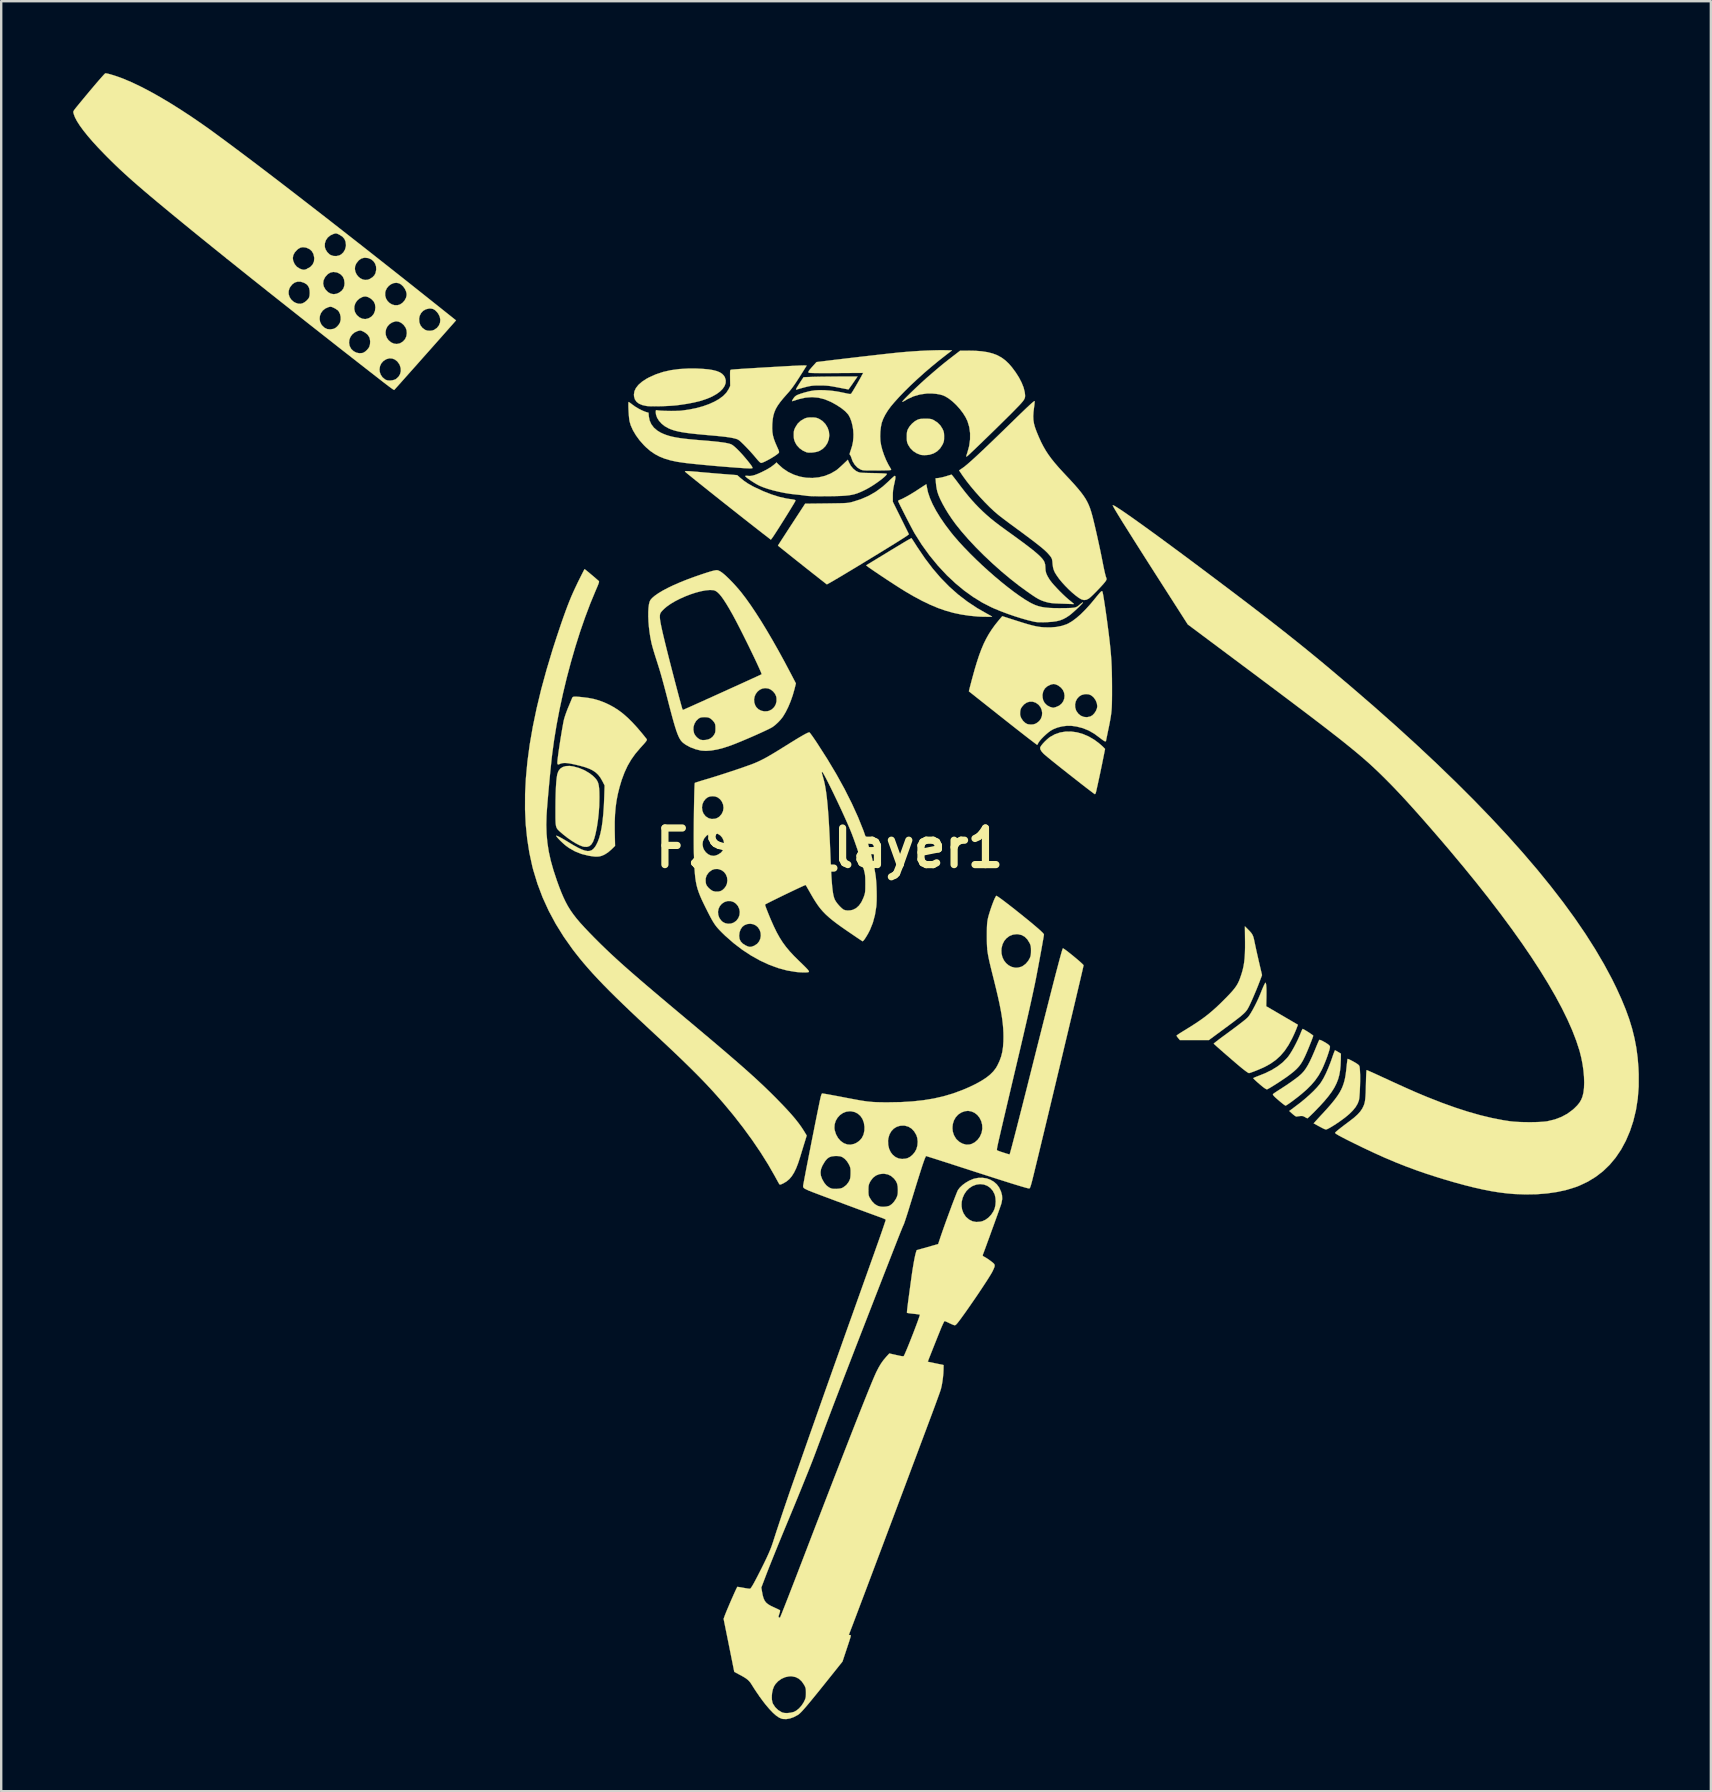
<source format=kicad_pcb>
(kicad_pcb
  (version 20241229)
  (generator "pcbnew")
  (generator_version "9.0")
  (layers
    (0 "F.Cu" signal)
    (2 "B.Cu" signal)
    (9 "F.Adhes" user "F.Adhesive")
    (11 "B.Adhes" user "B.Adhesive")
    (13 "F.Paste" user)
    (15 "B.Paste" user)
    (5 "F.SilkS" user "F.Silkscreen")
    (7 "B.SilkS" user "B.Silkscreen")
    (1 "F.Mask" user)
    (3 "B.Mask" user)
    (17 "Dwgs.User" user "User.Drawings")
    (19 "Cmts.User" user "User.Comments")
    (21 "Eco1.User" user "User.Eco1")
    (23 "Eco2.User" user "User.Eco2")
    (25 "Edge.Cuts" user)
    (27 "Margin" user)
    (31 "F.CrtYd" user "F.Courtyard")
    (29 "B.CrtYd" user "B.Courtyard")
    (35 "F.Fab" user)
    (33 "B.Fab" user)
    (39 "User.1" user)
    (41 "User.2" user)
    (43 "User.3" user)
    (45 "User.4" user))
  (footprint "F.Silk_layer1"
    (layer "F.Cu")
    (at 31.509 32.28)
    (property "Reference" "F.Silk_layer1" (at 0 0 0) (layer "F.SilkS") (effects (font (size 1.524 1.524) (thickness 0.3))))
    (attr through_hole)
    (fp_poly (pts (xy 1.016 -19.426) (xy 0.955 -19.337) (xy 0.898 -19.257) (xy 0.854 -19.194) (xy 0.827 -19.157) (xy 0.788 -19.105) (xy 0.357 -19.188) (xy 0.203 -19.217) (xy 0.08 -19.239) (xy -0.023 -19.254) (xy -0.116 -19.263) (xy -0.21 -19.269) (xy -0.317 -19.271) (xy -0.413 -19.271) (xy -0.519 -19.271) (xy -0.609 -19.269) (xy -0.69 -19.264) (xy -0.769 -19.254) (xy -0.852 -19.239) (xy -0.948 -19.218) (xy -1.062 -19.188) (xy -1.203 -19.149) (xy -1.377 -19.099) (xy -1.383 -19.098) (xy -1.396 -19.102) (xy -1.389 -19.129) (xy -1.36 -19.184) (xy -1.311 -19.264) (xy -1.256 -19.352) (xy -1.201 -19.437) (xy -1.156 -19.506) (xy -1.141 -19.528) (xy -1.082 -19.615) (xy -0.728 -19.629) (xy -0.62 -19.632) (xy -0.478 -19.635) (xy -0.31 -19.638) (xy -0.124 -19.64) (xy 0.073 -19.642) (xy 0.271 -19.642) (xy 0.396 -19.643) (xy 1.166 -19.643) (xy 1.016 -19.426)) (stroke (width 0.01) (type solid)) (fill yes) (layer "F.SilkS"))
    (fp_poly (pts (xy -0.65 -17.937) (xy -0.575 -17.929) (xy -0.512 -17.912) (xy -0.445 -17.884) (xy -0.441 -17.883) (xy -0.295 -17.791) (xy -0.173 -17.666) (xy -0.079 -17.51) (xy -0.079 -17.51) (xy -0.026 -17.351) (xy -0.011 -17.189) (xy -0.031 -17.029) (xy -0.085 -16.879) (xy -0.169 -16.745) (xy -0.281 -16.632) (xy -0.419 -16.546) (xy -0.456 -16.531) (xy -0.549 -16.503) (xy -0.66 -16.484) (xy -0.774 -16.473) (xy -0.876 -16.474) (xy -0.952 -16.486) (xy -0.953 -16.486) (xy -1.114 -16.559) (xy -1.255 -16.661) (xy -1.368 -16.787) (xy -1.43 -16.896) (xy -1.462 -16.974) (xy -1.481 -17.043) (xy -1.489 -17.123) (xy -1.491 -17.209) (xy -1.49 -17.304) (xy -1.483 -17.374) (xy -1.465 -17.436) (xy -1.434 -17.507) (xy -1.423 -17.529) (xy -1.33 -17.677) (xy -1.209 -17.794) (xy -1.061 -17.883) (xy -0.993 -17.911) (xy -0.93 -17.928) (xy -0.856 -17.937) (xy -0.756 -17.939) (xy -0.751 -17.939) (xy -0.65 -17.937)) (stroke (width 0.01) (type solid)) (fill yes) (layer "F.SilkS"))
    (fp_poly (pts (xy -5.547 -19.976) (xy -5.28 -19.963) (xy -5.052 -19.943) (xy -4.86 -19.912) (xy -4.701 -19.871) (xy -4.574 -19.82) (xy -4.475 -19.756) (xy -4.401 -19.679) (xy -4.361 -19.613) (xy -4.325 -19.493) (xy -4.328 -19.372) (xy -4.371 -19.252) (xy -4.45 -19.134) (xy -4.563 -19.02) (xy -4.71 -18.913) (xy -4.889 -18.812) (xy -5.096 -18.722) (xy -5.331 -18.642) (xy -5.422 -18.616) (xy -5.66 -18.56) (xy -5.93 -18.508) (xy -6.221 -18.464) (xy -6.361 -18.446) (xy -6.487 -18.434) (xy -6.636 -18.423) (xy -6.8 -18.415) (xy -6.97 -18.408) (xy -7.138 -18.404) (xy -7.296 -18.403) (xy -7.435 -18.404) (xy -7.548 -18.409) (xy -7.617 -18.415) (xy -7.794 -18.453) (xy -7.934 -18.511) (xy -8.039 -18.59) (xy -8.109 -18.692) (xy -8.144 -18.816) (xy -8.149 -18.896) (xy -8.127 -19.032) (xy -8.064 -19.166) (xy -7.96 -19.297) (xy -7.817 -19.423) (xy -7.635 -19.544) (xy -7.523 -19.605) (xy -7.239 -19.733) (xy -6.936 -19.834) (xy -6.611 -19.908) (xy -6.262 -19.955) (xy -5.884 -19.977) (xy -5.547 -19.976)) (stroke (width 0.01) (type solid)) (fill yes) (layer "F.SilkS"))
    (fp_poly (pts (xy 4.099 -17.885) (xy 4.176 -17.88) (xy 4.233 -17.871) (xy 4.283 -17.855) (xy 4.333 -17.832) (xy 4.492 -17.731) (xy 4.619 -17.603) (xy 4.704 -17.467) (xy 4.738 -17.393) (xy 4.758 -17.333) (xy 4.769 -17.269) (xy 4.773 -17.187) (xy 4.773 -17.134) (xy 4.772 -17.037) (xy 4.765 -16.966) (xy 4.75 -16.906) (xy 4.722 -16.841) (xy 4.704 -16.802) (xy 4.606 -16.649) (xy 4.481 -16.527) (xy 4.332 -16.439) (xy 4.162 -16.385) (xy 4.033 -16.371) (xy 3.944 -16.369) (xy 3.862 -16.372) (xy 3.805 -16.379) (xy 3.799 -16.38) (xy 3.632 -16.445) (xy 3.483 -16.541) (xy 3.361 -16.665) (xy 3.282 -16.789) (xy 3.252 -16.853) (xy 3.233 -16.908) (xy 3.223 -16.966) (xy 3.218 -17.041) (xy 3.218 -17.133) (xy 3.219 -17.239) (xy 3.225 -17.316) (xy 3.238 -17.377) (xy 3.259 -17.435) (xy 3.27 -17.457) (xy 3.339 -17.571) (xy 3.437 -17.682) (xy 3.549 -17.776) (xy 3.646 -17.834) (xy 3.702 -17.857) (xy 3.756 -17.873) (xy 3.821 -17.881) (xy 3.906 -17.885) (xy 3.991 -17.886) (xy 4.099 -17.885)) (stroke (width 0.01) (type solid)) (fill yes) (layer "F.SilkS"))
    (fp_poly (pts (xy 21.082 8.436) (xy 21.131 8.462) (xy 21.188 8.496) (xy 21.304 8.566) (xy 21.299 8.834) (xy 21.29 9.058) (xy 21.27 9.262) (xy 21.237 9.451) (xy 21.188 9.63) (xy 21.12 9.804) (xy 21.033 9.976) (xy 20.924 10.151) (xy 20.789 10.334) (xy 20.628 10.528) (xy 20.438 10.738) (xy 20.216 10.969) (xy 20.195 10.991) (xy 20.108 11.077) (xy 20.031 11.152) (xy 19.968 11.211) (xy 19.925 11.248) (xy 19.908 11.259) (xy 19.878 11.247) (xy 19.827 11.22) (xy 19.801 11.205) (xy 19.743 11.174) (xy 19.688 11.162) (xy 19.617 11.164) (xy 19.6 11.166) (xy 19.529 11.175) (xy 19.473 11.183) (xy 19.452 11.187) (xy 19.423 11.178) (xy 19.372 11.145) (xy 19.309 11.095) (xy 19.286 11.075) (xy 19.152 10.954) (xy 19.339 10.817) (xy 19.569 10.643) (xy 19.784 10.469) (xy 19.982 10.296) (xy 20.157 10.13) (xy 20.306 9.975) (xy 20.425 9.833) (xy 20.477 9.76) (xy 20.578 9.593) (xy 20.68 9.391) (xy 20.781 9.161) (xy 20.878 8.913) (xy 20.925 8.779) (xy 20.964 8.665) (xy 20.999 8.566) (xy 21.029 8.489) (xy 21.049 8.44) (xy 21.058 8.425) (xy 21.082 8.436)) (stroke (width 0.01) (type solid)) (fill yes) (layer "F.SilkS"))
    (fp_poly (pts (xy -10.676 -3.4) (xy -10.429 -3.332) (xy -10.197 -3.234) (xy -9.988 -3.109) (xy -9.841 -2.991) (xy -9.769 -2.92) (xy -9.712 -2.852) (xy -9.669 -2.781) (xy -9.636 -2.7) (xy -9.614 -2.604) (xy -9.599 -2.486) (xy -9.591 -2.341) (xy -9.588 -2.162) (xy -9.588 -2.074) (xy -9.594 -1.77) (xy -9.615 -1.461) (xy -9.649 -1.156) (xy -9.693 -0.865) (xy -9.748 -0.597) (xy -9.798 -0.408) (xy -9.854 -0.26) (xy -9.922 -0.151) (xy -10.004 -0.081) (xy -10.103 -0.049) (xy -10.218 -0.052) (xy -10.3 -0.072) (xy -10.43 -0.124) (xy -10.58 -0.203) (xy -10.744 -0.304) (xy -10.914 -0.423) (xy -11.083 -0.555) (xy -11.197 -0.653) (xy -11.253 -0.703) (xy -11.299 -0.747) (xy -11.336 -0.788) (xy -11.364 -0.832) (xy -11.385 -0.884) (xy -11.4 -0.948) (xy -11.41 -1.029) (xy -11.415 -1.133) (xy -11.418 -1.263) (xy -11.418 -1.424) (xy -11.418 -1.623) (xy -11.418 -1.672) (xy -11.415 -1.997) (xy -11.408 -2.286) (xy -11.398 -2.539) (xy -11.384 -2.753) (xy -11.366 -2.927) (xy -11.345 -3.061) (xy -11.343 -3.072) (xy -11.296 -3.203) (xy -11.221 -3.304) (xy -11.117 -3.374) (xy -10.987 -3.413) (xy -10.832 -3.421) (xy -10.676 -3.4)) (stroke (width 0.01) (type solid)) (fill yes) (layer "F.SilkS"))
    (fp_poly (pts (xy 10.31 -4.82) (xy 10.554 -4.751) (xy 10.795 -4.648) (xy 11.03 -4.511) (xy 11.215 -4.374) (xy 11.289 -4.311) (xy 11.358 -4.25) (xy 11.409 -4.201) (xy 11.417 -4.193) (xy 11.479 -4.129) (xy 11.41 -3.784) (xy 11.38 -3.634) (xy 11.347 -3.47) (xy 11.311 -3.298) (xy 11.275 -3.124) (xy 11.238 -2.953) (xy 11.203 -2.791) (xy 11.171 -2.642) (xy 11.142 -2.513) (xy 11.119 -2.408) (xy 11.101 -2.333) (xy 11.09 -2.294) (xy 11.09 -2.292) (xy 11.07 -2.255) (xy 11.055 -2.244) (xy 11.035 -2.256) (xy 10.985 -2.292) (xy 10.911 -2.348) (xy 10.815 -2.421) (xy 10.701 -2.507) (xy 10.575 -2.605) (xy 10.477 -2.681) (xy 10.231 -2.874) (xy 9.998 -3.056) (xy 9.782 -3.227) (xy 9.584 -3.384) (xy 9.407 -3.526) (xy 9.252 -3.65) (xy 9.123 -3.755) (xy 9.022 -3.84) (xy 8.949 -3.902) (xy 8.912 -3.936) (xy 8.829 -4.031) (xy 8.783 -4.112) (xy 8.774 -4.18) (xy 8.783 -4.207) (xy 8.821 -4.269) (xy 8.885 -4.348) (xy 8.965 -4.434) (xy 9.053 -4.518) (xy 9.139 -4.592) (xy 9.186 -4.626) (xy 9.386 -4.738) (xy 9.602 -4.813) (xy 9.831 -4.851) (xy 10.068 -4.853) (xy 10.31 -4.82)) (stroke (width 0.01) (type solid)) (fill yes) (layer "F.SilkS"))
    (fp_poly (pts (xy 20.487 8.013) (xy 20.563 8.051) (xy 20.567 8.053) (xy 20.688 8.123) (xy 20.773 8.18) (xy 20.825 8.228) (xy 20.848 8.269) (xy 20.849 8.281) (xy 20.841 8.341) (xy 20.818 8.431) (xy 20.782 8.545) (xy 20.738 8.676) (xy 20.686 8.816) (xy 20.63 8.957) (xy 20.573 9.093) (xy 20.517 9.216) (xy 20.497 9.256) (xy 20.376 9.472) (xy 20.234 9.675) (xy 20.066 9.872) (xy 19.868 10.069) (xy 19.653 10.255) (xy 19.547 10.341) (xy 19.436 10.427) (xy 19.327 10.51) (xy 19.225 10.586) (xy 19.135 10.649) (xy 19.063 10.697) (xy 19.015 10.726) (xy 18.998 10.732) (xy 18.973 10.719) (xy 18.922 10.683) (xy 18.855 10.631) (xy 18.776 10.567) (xy 18.773 10.564) (xy 18.657 10.465) (xy 18.571 10.389) (xy 18.514 10.332) (xy 18.481 10.291) (xy 18.471 10.263) (xy 18.474 10.252) (xy 18.496 10.233) (xy 18.548 10.196) (xy 18.623 10.146) (xy 18.713 10.087) (xy 18.764 10.054) (xy 18.97 9.921) (xy 19.167 9.788) (xy 19.347 9.66) (xy 19.501 9.544) (xy 19.581 9.479) (xy 19.674 9.394) (xy 19.761 9.298) (xy 19.844 9.184) (xy 19.926 9.05) (xy 20.01 8.891) (xy 20.099 8.701) (xy 20.196 8.477) (xy 20.236 8.38) (xy 20.284 8.263) (xy 20.327 8.159) (xy 20.364 8.075) (xy 20.39 8.018) (xy 20.404 7.993) (xy 20.431 7.993) (xy 20.487 8.013)) (stroke (width 0.01) (type solid)) (fill yes) (layer "F.SilkS"))
    (fp_poly (pts (xy 19.739 7.546) (xy 19.792 7.575) (xy 19.861 7.616) (xy 19.938 7.664) (xy 20.014 7.714) (xy 20.08 7.759) (xy 20.129 7.795) (xy 20.15 7.816) (xy 20.151 7.818) (xy 20.143 7.849) (xy 20.121 7.913) (xy 20.088 8.002) (xy 20.046 8.109) (xy 19.999 8.227) (xy 19.949 8.35) (xy 19.899 8.47) (xy 19.851 8.58) (xy 19.809 8.674) (xy 19.795 8.703) (xy 19.721 8.851) (xy 19.645 8.977) (xy 19.563 9.089) (xy 19.466 9.195) (xy 19.349 9.303) (xy 19.205 9.418) (xy 19.103 9.495) (xy 19.014 9.559) (xy 18.909 9.63) (xy 18.795 9.707) (xy 18.678 9.784) (xy 18.562 9.858) (xy 18.454 9.925) (xy 18.361 9.982) (xy 18.286 10.024) (xy 18.238 10.049) (xy 18.222 10.054) (xy 18.188 10.042) (xy 18.133 10.009) (xy 18.073 9.966) (xy 17.998 9.905) (xy 17.917 9.837) (xy 17.836 9.767) (xy 17.763 9.701) (xy 17.704 9.646) (xy 17.665 9.606) (xy 17.653 9.589) (xy 17.671 9.575) (xy 17.721 9.552) (xy 17.791 9.523) (xy 17.817 9.514) (xy 18.139 9.386) (xy 18.422 9.247) (xy 18.668 9.095) (xy 18.879 8.931) (xy 19.056 8.751) (xy 19.105 8.693) (xy 19.177 8.591) (xy 19.259 8.459) (xy 19.347 8.305) (xy 19.434 8.139) (xy 19.516 7.971) (xy 19.588 7.809) (xy 19.624 7.721) (xy 19.656 7.64) (xy 19.685 7.578) (xy 19.705 7.541) (xy 19.71 7.535) (xy 19.739 7.546)) (stroke (width 0.01) (type solid)) (fill yes) (layer "F.SilkS"))
    (fp_poly (pts (xy -5.904 -15.703) (xy -5.812 -15.698) (xy -5.689 -15.688) (xy -5.529 -15.675) (xy -5.413 -15.664) (xy -5.257 -15.65) (xy -5.072 -15.634) (xy -4.872 -15.617) (xy -4.67 -15.6) (xy -4.478 -15.584) (xy -4.405 -15.579) (xy -3.847 -15.535) (xy -3.718 -15.422) (xy -3.562 -15.296) (xy -3.399 -15.185) (xy -3.215 -15.08) (xy -3.118 -15.031) (xy -2.759 -14.864) (xy -2.415 -14.73) (xy -2.09 -14.628) (xy -1.785 -14.56) (xy -1.666 -14.542) (xy -1.558 -14.528) (xy -1.486 -14.515) (xy -1.443 -14.502) (xy -1.422 -14.488) (xy -1.418 -14.475) (xy -1.429 -14.45) (xy -1.46 -14.394) (xy -1.508 -14.312) (xy -1.571 -14.208) (xy -1.645 -14.086) (xy -1.728 -13.951) (xy -1.817 -13.808) (xy -1.909 -13.661) (xy -2.001 -13.515) (xy -2.09 -13.374) (xy -2.174 -13.243) (xy -2.25 -13.125) (xy -2.314 -13.027) (xy -2.365 -12.952) (xy -2.399 -12.905) (xy -2.402 -12.9) (xy -2.445 -12.847) (xy -2.656 -13.011) (xy -2.806 -13.126) (xy -2.972 -13.256) (xy -3.154 -13.398) (xy -3.348 -13.55) (xy -3.552 -13.71) (xy -3.763 -13.876) (xy -3.978 -14.046) (xy -4.195 -14.218) (xy -4.412 -14.389) (xy -4.626 -14.559) (xy -4.834 -14.724) (xy -5.033 -14.882) (xy -5.221 -15.033) (xy -5.396 -15.172) (xy -5.554 -15.299) (xy -5.694 -15.412) (xy -5.812 -15.508) (xy -5.907 -15.585) (xy -5.974 -15.641) (xy -6.013 -15.675) (xy -6.021 -15.683) (xy -6.022 -15.694) (xy -6.005 -15.701) (xy -5.967 -15.704) (xy -5.904 -15.703)) (stroke (width 0.01) (type solid)) (fill yes) (layer "F.SilkS"))
    (fp_poly (pts (xy 21.606 8.788) (xy 21.656 8.809) (xy 21.724 8.843) (xy 21.802 8.884) (xy 21.881 8.928) (xy 21.951 8.971) (xy 22.004 9.007) (xy 22.017 9.017) (xy 22.045 9.042) (xy 22.065 9.066) (xy 22.078 9.098) (xy 22.086 9.146) (xy 22.093 9.218) (xy 22.1 9.324) (xy 22.1 9.336) (xy 22.105 9.447) (xy 22.106 9.581) (xy 22.105 9.729) (xy 22.101 9.884) (xy 22.095 10.038) (xy 22.088 10.183) (xy 22.079 10.312) (xy 22.069 10.418) (xy 22.058 10.491) (xy 22.054 10.509) (xy 22.001 10.649) (xy 21.918 10.789) (xy 21.804 10.93) (xy 21.657 11.077) (xy 21.475 11.229) (xy 21.254 11.391) (xy 21.145 11.465) (xy 21.015 11.55) (xy 20.9 11.621) (xy 20.803 11.676) (xy 20.73 11.712) (xy 20.686 11.726) (xy 20.684 11.726) (xy 20.646 11.717) (xy 20.586 11.693) (xy 20.542 11.671) (xy 20.466 11.631) (xy 20.374 11.582) (xy 20.303 11.543) (xy 20.17 11.469) (xy 20.249 11.381) (xy 20.292 11.334) (xy 20.356 11.264) (xy 20.434 11.179) (xy 20.519 11.087) (xy 20.555 11.049) (xy 20.748 10.837) (xy 20.911 10.649) (xy 21.048 10.48) (xy 21.16 10.327) (xy 21.251 10.185) (xy 21.323 10.052) (xy 21.377 9.927) (xy 21.417 9.814) (xy 21.45 9.701) (xy 21.478 9.579) (xy 21.502 9.439) (xy 21.523 9.273) (xy 21.539 9.128) (xy 21.551 9.014) (xy 21.563 8.915) (xy 21.573 8.839) (xy 21.58 8.794) (xy 21.583 8.784) (xy 21.606 8.788)) (stroke (width 0.01) (type solid)) (fill yes) (layer "F.SilkS"))
    (fp_poly (pts (xy 3.429 -12.89) (xy 3.461 -12.84) (xy 3.51 -12.766) (xy 3.57 -12.672) (xy 3.639 -12.564) (xy 3.656 -12.538) (xy 3.973 -12.07) (xy 4.299 -11.641) (xy 4.635 -11.249) (xy 4.986 -10.891) (xy 5.353 -10.565) (xy 5.739 -10.269) (xy 6.147 -9.998) (xy 6.546 -9.77) (xy 6.633 -9.722) (xy 6.705 -9.682) (xy 6.754 -9.653) (xy 6.773 -9.64) (xy 6.773 -9.64) (xy 6.754 -9.637) (xy 6.701 -9.635) (xy 6.623 -9.634) (xy 6.529 -9.635) (xy 6.429 -9.636) (xy 6.33 -9.638) (xy 6.243 -9.642) (xy 6.181 -9.645) (xy 5.825 -9.679) (xy 5.487 -9.73) (xy 5.159 -9.799) (xy 4.838 -9.889) (xy 4.515 -10.002) (xy 4.187 -10.14) (xy 3.847 -10.304) (xy 3.49 -10.496) (xy 3.186 -10.673) (xy 3.082 -10.737) (xy 2.96 -10.813) (xy 2.823 -10.9) (xy 2.677 -10.994) (xy 2.524 -11.094) (xy 2.369 -11.195) (xy 2.216 -11.297) (xy 2.069 -11.395) (xy 1.932 -11.488) (xy 1.808 -11.572) (xy 1.702 -11.646) (xy 1.617 -11.705) (xy 1.559 -11.749) (xy 1.53 -11.774) (xy 1.528 -11.778) (xy 1.548 -11.791) (xy 1.6 -11.823) (xy 1.679 -11.871) (xy 1.781 -11.934) (xy 1.902 -12.007) (xy 2.036 -12.089) (xy 2.181 -12.177) (xy 2.331 -12.268) (xy 2.481 -12.36) (xy 2.628 -12.449) (xy 2.767 -12.533) (xy 2.894 -12.609) (xy 3.004 -12.676) (xy 3.092 -12.729) (xy 3.149 -12.763) (xy 3.242 -12.818) (xy 3.321 -12.862) (xy 3.38 -12.894) (xy 3.412 -12.909) (xy 3.416 -12.909) (xy 3.429 -12.89)) (stroke (width 0.01) (type solid)) (fill yes) (layer "F.SilkS"))
    (fp_poly (pts (xy 17.426 3.382) (xy 17.513 3.471) (xy 17.577 3.547) (xy 17.622 3.619) (xy 17.656 3.701) (xy 17.683 3.804) (xy 17.707 3.919) (xy 17.727 4.014) (xy 17.754 4.14) (xy 17.786 4.289) (xy 17.823 4.452) (xy 17.861 4.619) (xy 17.888 4.737) (xy 18.018 5.294) (xy 17.917 5.563) (xy 17.854 5.725) (xy 17.784 5.9) (xy 17.708 6.08) (xy 17.633 6.255) (xy 17.561 6.416) (xy 17.497 6.553) (xy 17.457 6.632) (xy 17.427 6.688) (xy 17.394 6.74) (xy 17.356 6.791) (xy 17.31 6.844) (xy 17.251 6.902) (xy 17.178 6.967) (xy 17.086 7.043) (xy 16.973 7.131) (xy 16.836 7.236) (xy 16.671 7.359) (xy 16.475 7.504) (xy 16.447 7.525) (xy 15.802 8.001) (xy 15.198 8.001) (xy 14.594 8) (xy 14.526 7.917) (xy 14.486 7.866) (xy 14.461 7.827) (xy 14.457 7.815) (xy 14.474 7.799) (xy 14.522 7.764) (xy 14.593 7.717) (xy 14.683 7.66) (xy 14.748 7.62) (xy 15.005 7.462) (xy 15.23 7.318) (xy 15.43 7.184) (xy 15.612 7.053) (xy 15.783 6.921) (xy 15.947 6.783) (xy 16.113 6.635) (xy 16.286 6.471) (xy 16.397 6.361) (xy 16.555 6.202) (xy 16.686 6.065) (xy 16.792 5.947) (xy 16.878 5.841) (xy 16.947 5.744) (xy 17.004 5.649) (xy 17.052 5.551) (xy 17.094 5.447) (xy 17.102 5.425) (xy 17.16 5.256) (xy 17.208 5.094) (xy 17.245 4.933) (xy 17.273 4.766) (xy 17.293 4.586) (xy 17.305 4.386) (xy 17.311 4.159) (xy 17.311 3.899) (xy 17.31 3.816) (xy 17.304 3.261) (xy 17.426 3.382)) (stroke (width 0.01) (type solid)) (fill yes) (layer "F.SilkS"))
    (fp_poly (pts (xy 18.177 5.63) (xy 18.189 5.69) (xy 18.197 5.787) (xy 18.202 5.919) (xy 18.202 6.083) (xy 18.201 6.21) (xy 18.193 6.591) (xy 18.776 6.931) (xy 18.922 7.016) (xy 19.06 7.097) (xy 19.184 7.169) (xy 19.289 7.231) (xy 19.371 7.278) (xy 19.423 7.309) (xy 19.436 7.317) (xy 19.513 7.363) (xy 19.45 7.529) (xy 19.414 7.618) (xy 19.366 7.729) (xy 19.312 7.845) (xy 19.273 7.927) (xy 19.124 8.203) (xy 18.964 8.442) (xy 18.788 8.649) (xy 18.593 8.827) (xy 18.373 8.983) (xy 18.15 9.107) (xy 18.063 9.149) (xy 17.959 9.194) (xy 17.849 9.241) (xy 17.739 9.286) (xy 17.637 9.324) (xy 17.553 9.354) (xy 17.493 9.373) (xy 17.471 9.376) (xy 17.441 9.363) (xy 17.386 9.328) (xy 17.312 9.274) (xy 17.225 9.207) (xy 17.177 9.168) (xy 17.097 9.102) (xy 16.999 9.02) (xy 16.889 8.926) (xy 16.77 8.824) (xy 16.647 8.717) (xy 16.523 8.61) (xy 16.403 8.506) (xy 16.292 8.408) (xy 16.193 8.321) (xy 16.111 8.248) (xy 16.05 8.192) (xy 16.014 8.158) (xy 16.006 8.149) (xy 16.021 8.133) (xy 16.066 8.096) (xy 16.136 8.041) (xy 16.226 7.971) (xy 16.333 7.891) (xy 16.43 7.82) (xy 16.669 7.644) (xy 16.874 7.492) (xy 17.047 7.361) (xy 17.188 7.253) (xy 17.298 7.165) (xy 17.378 7.097) (xy 17.429 7.048) (xy 17.437 7.04) (xy 17.493 6.966) (xy 17.56 6.86) (xy 17.635 6.73) (xy 17.713 6.583) (xy 17.792 6.426) (xy 17.867 6.267) (xy 17.933 6.113) (xy 17.97 6.022) (xy 18.013 5.913) (xy 18.057 5.81) (xy 18.097 5.722) (xy 18.13 5.655) (xy 18.154 5.616) (xy 18.162 5.609) (xy 18.177 5.63)) (stroke (width 0.01) (type solid)) (fill yes) (layer "F.SilkS"))
    (fp_poly (pts (xy -8.345 -18.571) (xy -8.297 -18.538) (xy -8.234 -18.49) (xy -8.206 -18.467) (xy -8.093 -18.387) (xy -7.959 -18.307) (xy -7.818 -18.235) (xy -7.685 -18.179) (xy -7.628 -18.16) (xy -7.541 -18.135) (xy -7.53 -17.989) (xy -7.497 -17.817) (xy -7.426 -17.657) (xy -7.318 -17.514) (xy -7.176 -17.392) (xy -7.039 -17.309) (xy -6.928 -17.257) (xy -6.813 -17.212) (xy -6.688 -17.172) (xy -6.551 -17.136) (xy -6.395 -17.105) (xy -6.217 -17.076) (xy -6.012 -17.05) (xy -5.777 -17.025) (xy -5.506 -17) (xy -5.323 -16.986) (xy -5.056 -16.964) (xy -4.828 -16.943) (xy -4.635 -16.922) (xy -4.474 -16.902) (xy -4.342 -16.882) (xy -4.235 -16.86) (xy -4.151 -16.838) (xy -4.092 -16.817) (xy -4.031 -16.78) (xy -3.949 -16.714) (xy -3.85 -16.622) (xy -3.739 -16.509) (xy -3.619 -16.379) (xy -3.504 -16.245) (xy -3.39 -16.107) (xy -3.305 -15.999) (xy -3.246 -15.917) (xy -3.214 -15.862) (xy -3.208 -15.832) (xy -3.209 -15.829) (xy -3.238 -15.819) (xy -3.308 -15.816) (xy -3.418 -15.818) (xy -3.567 -15.826) (xy -3.819 -15.844) (xy -4.09 -15.864) (xy -4.373 -15.886) (xy -4.66 -15.91) (xy -4.944 -15.935) (xy -5.219 -15.961) (xy -5.478 -15.986) (xy -5.713 -16.01) (xy -5.917 -16.032) (xy -6.032 -16.046) (xy -6.343 -16.091) (xy -6.618 -16.149) (xy -6.863 -16.221) (xy -7.082 -16.309) (xy -7.282 -16.416) (xy -7.467 -16.543) (xy -7.643 -16.695) (xy -7.737 -16.788) (xy -7.916 -16.99) (xy -8.068 -17.199) (xy -8.191 -17.407) (xy -8.282 -17.611) (xy -8.331 -17.778) (xy -8.342 -17.845) (xy -8.352 -17.935) (xy -8.362 -18.041) (xy -8.369 -18.155) (xy -8.375 -18.27) (xy -8.379 -18.377) (xy -8.38 -18.469) (xy -8.379 -18.539) (xy -8.374 -18.578) (xy -8.369 -18.584) (xy -8.345 -18.571)) (stroke (width 0.01) (type solid)) (fill yes) (layer "F.SilkS"))
    (fp_poly (pts (xy 2.736 -15.496) (xy 2.745 -15.467) (xy 2.743 -15.412) (xy 2.73 -15.328) (xy 2.705 -15.21) (xy 2.696 -15.17) (xy 2.666 -15.029) (xy 2.647 -14.91) (xy 2.638 -14.792) (xy 2.636 -14.668) (xy 2.637 -14.425) (xy 2.972 -13.749) (xy 3.307 -13.073) (xy 3.25 -13.027) (xy 3.209 -12.998) (xy 3.138 -12.951) (xy 3.038 -12.887) (xy 2.913 -12.808) (xy 2.765 -12.715) (xy 2.599 -12.612) (xy 2.417 -12.5) (xy 2.222 -12.38) (xy 2.017 -12.254) (xy 1.806 -12.126) (xy 1.592 -11.995) (xy 1.377 -11.865) (xy 1.165 -11.736) (xy 0.959 -11.612) (xy 0.762 -11.494) (xy 0.578 -11.383) (xy 0.408 -11.282) (xy 0.257 -11.193) (xy 0.128 -11.117) (xy 0.023 -11.057) (xy -0.054 -11.014) (xy -0.1 -10.99) (xy -0.112 -10.986) (xy -0.13 -10.998) (xy -0.178 -11.035) (xy -0.253 -11.094) (xy -0.354 -11.172) (xy -0.475 -11.268) (xy -0.616 -11.378) (xy -0.772 -11.502) (xy -0.942 -11.636) (xy -1.121 -11.778) (xy -1.135 -11.789) (xy -1.315 -11.932) (xy -1.485 -12.067) (xy -1.642 -12.192) (xy -1.782 -12.305) (xy -1.904 -12.402) (xy -2.005 -12.483) (xy -2.081 -12.544) (xy -2.13 -12.584) (xy -2.148 -12.6) (xy -2.148 -12.601) (xy -2.137 -12.619) (xy -2.105 -12.67) (xy -2.054 -12.749) (xy -1.987 -12.854) (xy -1.905 -12.98) (xy -1.812 -13.124) (xy -1.708 -13.284) (xy -1.597 -13.455) (xy -1.582 -13.477) (xy -1.016 -14.346) (xy -0.132 -14.356) (xy 0.085 -14.359) (xy 0.265 -14.362) (xy 0.412 -14.364) (xy 0.53 -14.367) (xy 0.625 -14.371) (xy 0.701 -14.376) (xy 0.763 -14.381) (xy 0.815 -14.389) (xy 0.863 -14.398) (xy 0.91 -14.409) (xy 0.953 -14.42) (xy 1.305 -14.532) (xy 1.631 -14.674) (xy 1.934 -14.849) (xy 2.219 -15.06) (xy 2.44 -15.26) (xy 2.525 -15.342) (xy 2.601 -15.412) (xy 2.662 -15.466) (xy 2.702 -15.498) (xy 2.715 -15.505) (xy 2.736 -15.496)) (stroke (width 0.01) (type solid)) (fill yes) (layer "F.SilkS"))
    (fp_poly (pts (xy 6.067 -20.716) (xy 6.341 -20.695) (xy 6.583 -20.658) (xy 6.797 -20.603) (xy 6.989 -20.53) (xy 7.163 -20.435) (xy 7.322 -20.318) (xy 7.471 -20.177) (xy 7.597 -20.031) (xy 7.758 -19.814) (xy 7.895 -19.598) (xy 8.004 -19.386) (xy 8.084 -19.186) (xy 8.13 -19.001) (xy 8.134 -18.976) (xy 8.143 -18.905) (xy 8.147 -18.844) (xy 8.144 -18.79) (xy 8.13 -18.737) (xy 8.102 -18.681) (xy 8.059 -18.618) (xy 7.996 -18.544) (xy 7.913 -18.452) (xy 7.805 -18.341) (xy 7.671 -18.204) (xy 7.656 -18.188) (xy 7.559 -18.091) (xy 7.444 -17.976) (xy 7.314 -17.848) (xy 7.173 -17.709) (xy 7.024 -17.562) (xy 6.869 -17.41) (xy 6.713 -17.258) (xy 6.557 -17.106) (xy 6.406 -16.96) (xy 6.263 -16.821) (xy 6.13 -16.694) (xy 6.011 -16.58) (xy 5.909 -16.484) (xy 5.828 -16.407) (xy 5.77 -16.354) (xy 5.739 -16.328) (xy 5.738 -16.327) (xy 5.705 -16.31) (xy 5.694 -16.315) (xy 5.7 -16.342) (xy 5.717 -16.399) (xy 5.741 -16.472) (xy 5.745 -16.483) (xy 5.818 -16.753) (xy 5.855 -17.023) (xy 5.856 -17.287) (xy 5.821 -17.541) (xy 5.749 -17.778) (xy 5.746 -17.787) (xy 5.665 -17.954) (xy 5.557 -18.125) (xy 5.428 -18.293) (xy 5.285 -18.453) (xy 5.133 -18.597) (xy 4.978 -18.72) (xy 4.828 -18.813) (xy 4.73 -18.858) (xy 4.6 -18.895) (xy 4.443 -18.922) (xy 4.273 -18.937) (xy 4.105 -18.939) (xy 4.05 -18.936) (xy 3.767 -18.896) (xy 3.497 -18.818) (xy 3.246 -18.703) (xy 3.148 -18.644) (xy 3.09 -18.611) (xy 3.048 -18.594) (xy 3.032 -18.594) (xy 3.041 -18.613) (xy 3.078 -18.657) (xy 3.139 -18.723) (xy 3.221 -18.806) (xy 3.319 -18.904) (xy 3.43 -19.012) (xy 3.55 -19.127) (xy 3.676 -19.246) (xy 3.805 -19.366) (xy 3.931 -19.481) (xy 4.052 -19.59) (xy 4.139 -19.665) (xy 4.31 -19.813) (xy 4.457 -19.939) (xy 4.588 -20.049) (xy 4.708 -20.148) (xy 4.826 -20.244) (xy 4.949 -20.341) (xy 5.085 -20.446) (xy 5.151 -20.497) (xy 5.444 -20.722) (xy 5.757 -20.722) (xy 6.067 -20.716)) (stroke (width 0.01) (type solid)) (fill yes) (layer "F.SilkS"))
    (fp_poly (pts (xy 0.806 -16.073) (xy 0.884 -15.928) (xy 0.984 -15.806) (xy 1.097 -15.714) (xy 1.14 -15.69) (xy 1.177 -15.673) (xy 1.211 -15.659) (xy 1.247 -15.648) (xy 1.291 -15.64) (xy 1.35 -15.635) (xy 1.429 -15.63) (xy 1.534 -15.627) (xy 1.67 -15.624) (xy 1.813 -15.621) (xy 1.963 -15.618) (xy 2.098 -15.613) (xy 2.214 -15.608) (xy 2.304 -15.603) (xy 2.363 -15.597) (xy 2.385 -15.593) (xy 2.382 -15.567) (xy 2.348 -15.523) (xy 2.288 -15.465) (xy 2.206 -15.395) (xy 2.107 -15.318) (xy 1.996 -15.237) (xy 1.877 -15.155) (xy 1.757 -15.077) (xy 1.638 -15.006) (xy 1.527 -14.945) (xy 1.516 -14.939) (xy 1.385 -14.875) (xy 1.267 -14.822) (xy 1.156 -14.778) (xy 1.045 -14.743) (xy 0.931 -14.716) (xy 0.806 -14.696) (xy 0.664 -14.681) (xy 0.501 -14.67) (xy 0.311 -14.663) (xy 0.087 -14.659) (xy -0.064 -14.658) (xy -0.292 -14.656) (xy -0.482 -14.656) (xy -0.638 -14.657) (xy -0.764 -14.661) (xy -0.863 -14.666) (xy -0.941 -14.673) (xy -0.984 -14.679) (xy -1.076 -14.692) (xy -1.193 -14.707) (xy -1.32 -14.721) (xy -1.418 -14.731) (xy -1.639 -14.756) (xy -1.873 -14.794) (xy -2.111 -14.843) (xy -2.343 -14.899) (xy -2.56 -14.961) (xy -2.755 -15.027) (xy -2.916 -15.094) (xy -2.932 -15.102) (xy -3.014 -15.145) (xy -3.107 -15.199) (xy -3.204 -15.26) (xy -3.299 -15.322) (xy -3.384 -15.382) (xy -3.453 -15.434) (xy -3.498 -15.474) (xy -3.514 -15.497) (xy -3.494 -15.508) (xy -3.437 -15.508) (xy -3.4 -15.504) (xy -3.313 -15.5) (xy -3.22 -15.512) (xy -3.113 -15.541) (xy -2.985 -15.59) (xy -2.829 -15.66) (xy -2.825 -15.662) (xy -2.614 -15.769) (xy -2.442 -15.873) (xy -2.306 -15.976) (xy -2.291 -15.99) (xy -2.208 -16.064) (xy -2.147 -15.999) (xy -1.946 -15.817) (xy -1.724 -15.668) (xy -1.485 -15.554) (xy -1.233 -15.473) (xy -0.974 -15.427) (xy -0.712 -15.417) (xy -0.45 -15.443) (xy -0.194 -15.504) (xy 0.051 -15.603) (xy 0.271 -15.731) (xy 0.322 -15.77) (xy 0.393 -15.831) (xy 0.476 -15.905) (xy 0.561 -15.984) (xy 0.562 -15.985) (xy 0.762 -16.176) (xy 0.806 -16.073)) (stroke (width 0.01) (type solid)) (fill yes) (layer "F.SilkS"))
    (fp_poly (pts (xy 5.099 -15.541) (xy 5.136 -15.496) (xy 5.19 -15.428) (xy 5.257 -15.341) (xy 5.333 -15.241) (xy 5.337 -15.235) (xy 5.506 -15.011) (xy 5.658 -14.816) (xy 5.799 -14.644) (xy 5.934 -14.487) (xy 6.068 -14.34) (xy 6.208 -14.195) (xy 6.233 -14.17) (xy 6.388 -14.019) (xy 6.543 -13.876) (xy 6.706 -13.736) (xy 6.883 -13.593) (xy 7.082 -13.441) (xy 7.309 -13.275) (xy 7.359 -13.239) (xy 7.633 -13.041) (xy 7.875 -12.865) (xy 8.086 -12.71) (xy 8.268 -12.572) (xy 8.423 -12.452) (xy 8.554 -12.346) (xy 8.663 -12.253) (xy 8.752 -12.171) (xy 8.823 -12.098) (xy 8.878 -12.034) (xy 8.92 -11.975) (xy 8.95 -11.92) (xy 8.953 -11.912) (xy 8.982 -11.816) (xy 8.992 -11.695) (xy 8.992 -11.67) (xy 9 -11.556) (xy 9.027 -11.447) (xy 9.077 -11.333) (xy 9.154 -11.205) (xy 9.201 -11.136) (xy 9.269 -11.049) (xy 9.362 -10.942) (xy 9.472 -10.823) (xy 9.593 -10.697) (xy 9.718 -10.574) (xy 9.839 -10.46) (xy 9.95 -10.363) (xy 9.996 -10.324) (xy 10.07 -10.265) (xy 10.13 -10.215) (xy 10.169 -10.181) (xy 10.181 -10.168) (xy 10.163 -10.163) (xy 10.134 -10.164) (xy 10.098 -10.166) (xy 10.028 -10.169) (xy 9.93 -10.172) (xy 9.811 -10.177) (xy 9.679 -10.181) (xy 9.652 -10.182) (xy 9.498 -10.188) (xy 9.377 -10.194) (xy 9.281 -10.201) (xy 9.202 -10.211) (xy 9.132 -10.224) (xy 9.06 -10.241) (xy 9.017 -10.253) (xy 8.928 -10.28) (xy 8.847 -10.309) (xy 8.769 -10.343) (xy 8.687 -10.385) (xy 8.594 -10.44) (xy 8.485 -10.511) (xy 8.352 -10.602) (xy 8.248 -10.674) (xy 7.886 -10.938) (xy 7.518 -11.227) (xy 7.15 -11.535) (xy 6.788 -11.858) (xy 6.436 -12.189) (xy 6.1 -12.525) (xy 5.787 -12.859) (xy 5.501 -13.187) (xy 5.248 -13.502) (xy 5.247 -13.504) (xy 5.098 -13.71) (xy 4.956 -13.921) (xy 4.826 -14.133) (xy 4.711 -14.338) (xy 4.614 -14.531) (xy 4.539 -14.706) (xy 4.491 -14.85) (xy 4.467 -14.957) (xy 4.446 -15.081) (xy 4.433 -15.198) (xy 4.432 -15.211) (xy 4.418 -15.403) (xy 4.543 -15.416) (xy 4.62 -15.429) (xy 4.72 -15.451) (xy 4.826 -15.48) (xy 4.868 -15.493) (xy 4.955 -15.52) (xy 5.025 -15.541) (xy 5.071 -15.554) (xy 5.083 -15.557) (xy 5.099 -15.541)) (stroke (width 0.01) (type solid)) (fill yes) (layer "F.SilkS"))
    (fp_poly (pts (xy 4.038 -15.136) (xy 4.047 -15.088) (xy 4.054 -15.044) (xy 4.1 -14.823) (xy 4.181 -14.582) (xy 4.294 -14.323) (xy 4.44 -14.049) (xy 4.616 -13.762) (xy 4.821 -13.464) (xy 5.054 -13.157) (xy 5.185 -12.996) (xy 5.386 -12.764) (xy 5.608 -12.523) (xy 5.847 -12.276) (xy 6.099 -12.027) (xy 6.361 -11.779) (xy 6.628 -11.536) (xy 6.897 -11.301) (xy 7.165 -11.076) (xy 7.427 -10.866) (xy 7.679 -10.673) (xy 7.918 -10.502) (xy 8.139 -10.354) (xy 8.34 -10.234) (xy 8.441 -10.181) (xy 8.562 -10.126) (xy 8.686 -10.082) (xy 8.82 -10.047) (xy 8.968 -10.022) (xy 9.137 -10.005) (xy 9.332 -9.996) (xy 9.559 -9.993) (xy 9.754 -9.994) (xy 9.914 -9.997) (xy 10.038 -10.001) (xy 10.134 -10.007) (xy 10.207 -10.017) (xy 10.265 -10.034) (xy 10.315 -10.057) (xy 10.362 -10.09) (xy 10.415 -10.134) (xy 10.447 -10.161) (xy 10.5 -10.203) (xy 10.541 -10.229) (xy 10.559 -10.233) (xy 10.55 -10.214) (xy 10.515 -10.172) (xy 10.459 -10.113) (xy 10.388 -10.042) (xy 10.306 -9.964) (xy 10.221 -9.886) (xy 10.137 -9.811) (xy 10.06 -9.745) (xy 9.995 -9.694) (xy 9.982 -9.684) (xy 9.853 -9.6) (xy 9.727 -9.534) (xy 9.596 -9.484) (xy 9.451 -9.449) (xy 9.284 -9.426) (xy 9.087 -9.412) (xy 8.996 -9.408) (xy 8.855 -9.405) (xy 8.745 -9.405) (xy 8.656 -9.41) (xy 8.576 -9.42) (xy 8.493 -9.436) (xy 8.488 -9.438) (xy 8.247 -9.497) (xy 7.98 -9.573) (xy 7.699 -9.662) (xy 7.413 -9.761) (xy 7.136 -9.866) (xy 6.876 -9.972) (xy 6.734 -10.036) (xy 6.361 -10.227) (xy 5.986 -10.458) (xy 5.615 -10.724) (xy 5.252 -11.024) (xy 4.9 -11.353) (xy 4.878 -11.375) (xy 4.513 -11.768) (xy 4.165 -12.192) (xy 3.842 -12.639) (xy 3.556 -13.092) (xy 3.52 -13.155) (xy 3.471 -13.245) (xy 3.412 -13.355) (xy 3.346 -13.481) (xy 3.275 -13.618) (xy 3.202 -13.759) (xy 3.13 -13.9) (xy 3.061 -14.037) (xy 2.998 -14.162) (xy 2.943 -14.272) (xy 2.9 -14.361) (xy 2.871 -14.424) (xy 2.858 -14.456) (xy 2.857 -14.458) (xy 2.875 -14.482) (xy 2.895 -14.492) (xy 2.998 -14.535) (xy 3.127 -14.599) (xy 3.277 -14.68) (xy 3.439 -14.776) (xy 3.607 -14.881) (xy 3.668 -14.921) (xy 3.776 -14.992) (xy 3.872 -15.054) (xy 3.95 -15.105) (xy 4.004 -15.139) (xy 4.03 -15.155) (xy 4.031 -15.155) (xy 4.038 -15.136)) (stroke (width 0.01) (type solid)) (fill yes) (layer "F.SilkS"))
    (fp_poly (pts (xy -10.52 -6.305) (xy -10.409 -6.296) (xy -10.305 -6.286) (xy -10.048 -6.254) (xy -9.819 -6.21) (xy -9.606 -6.149) (xy -9.394 -6.07) (xy -9.176 -5.969) (xy -8.982 -5.864) (xy -8.792 -5.741) (xy -8.604 -5.599) (xy -8.414 -5.433) (xy -8.219 -5.24) (xy -8.014 -5.018) (xy -7.798 -4.763) (xy -7.623 -4.545) (xy -7.612 -4.527) (xy -7.611 -4.507) (xy -7.621 -4.479) (xy -7.648 -4.439) (xy -7.692 -4.384) (xy -7.759 -4.308) (xy -7.85 -4.208) (xy -7.894 -4.159) (xy -8.093 -3.925) (xy -8.265 -3.682) (xy -8.415 -3.424) (xy -8.545 -3.143) (xy -8.66 -2.834) (xy -8.752 -2.525) (xy -8.82 -2.251) (xy -8.873 -1.978) (xy -8.911 -1.701) (xy -8.936 -1.409) (xy -8.949 -1.095) (xy -8.949 -0.751) (xy -8.947 -0.632) (xy -8.935 -0.09) (xy -9.089 0.061) (xy -9.224 0.177) (xy -9.357 0.263) (xy -9.4 0.285) (xy -9.492 0.324) (xy -9.582 0.348) (xy -9.679 0.358) (xy -9.791 0.355) (xy -9.927 0.338) (xy -10.044 0.318) (xy -10.334 0.246) (xy -10.603 0.139) (xy -10.855 -0.005) (xy -10.966 -0.084) (xy -11.033 -0.138) (xy -11.108 -0.205) (xy -11.186 -0.278) (xy -11.259 -0.351) (xy -11.321 -0.418) (xy -11.366 -0.471) (xy -11.387 -0.505) (xy -11.388 -0.509) (xy -11.37 -0.512) (xy -11.321 -0.494) (xy -11.241 -0.455) (xy -11.135 -0.397) (xy -11.004 -0.321) (xy -10.852 -0.229) (xy -10.852 -0.228) (xy -10.646 -0.105) (xy -10.469 -0.009) (xy -10.318 0.062) (xy -10.19 0.107) (xy -10.082 0.126) (xy -9.989 0.12) (xy -9.909 0.09) (xy -9.838 0.035) (xy -9.773 -0.043) (xy -9.731 -0.108) (xy -9.659 -0.251) (xy -9.595 -0.422) (xy -9.541 -0.622) (xy -9.494 -0.854) (xy -9.456 -1.119) (xy -9.425 -1.42) (xy -9.401 -1.759) (xy -9.385 -2.137) (xy -9.384 -2.176) (xy -9.37 -2.606) (xy -9.463 -2.788) (xy -9.545 -2.931) (xy -9.637 -3.051) (xy -9.744 -3.152) (xy -9.873 -3.238) (xy -10.028 -3.312) (xy -10.214 -3.378) (xy -10.425 -3.436) (xy -10.622 -3.483) (xy -10.784 -3.516) (xy -10.916 -3.537) (xy -11.025 -3.544) (xy -11.114 -3.539) (xy -11.19 -3.522) (xy -11.247 -3.498) (xy -11.292 -3.481) (xy -11.32 -3.484) (xy -11.336 -3.512) (xy -11.339 -3.57) (xy -11.332 -3.664) (xy -11.326 -3.718) (xy -11.309 -3.852) (xy -11.288 -4.009) (xy -11.263 -4.182) (xy -11.235 -4.366) (xy -11.206 -4.552) (xy -11.176 -4.736) (xy -11.147 -4.91) (xy -11.119 -5.067) (xy -11.095 -5.202) (xy -11.074 -5.308) (xy -11.058 -5.375) (xy -11.03 -5.469) (xy -10.99 -5.588) (xy -10.942 -5.719) (xy -10.891 -5.848) (xy -10.876 -5.883) (xy -10.83 -5.993) (xy -10.788 -6.094) (xy -10.754 -6.177) (xy -10.73 -6.233) (xy -10.724 -6.249) (xy -10.71 -6.276) (xy -10.689 -6.294) (xy -10.654 -6.304) (xy -10.6 -6.308) (xy -10.52 -6.305)) (stroke (width 0.01) (type solid)) (fill yes) (layer "F.SilkS"))
    (fp_poly (pts (xy -1.025 -20.105) (xy -1.021 -20.105) (xy -0.953 -20.098) (xy -1.159 -19.77) (xy -1.275 -19.588) (xy -1.373 -19.436) (xy -1.459 -19.309) (xy -1.536 -19.201) (xy -1.61 -19.104) (xy -1.683 -19.014) (xy -1.762 -18.925) (xy -1.778 -18.907) (xy -1.935 -18.728) (xy -2.062 -18.571) (xy -2.163 -18.428) (xy -2.241 -18.293) (xy -2.298 -18.159) (xy -2.339 -18.021) (xy -2.366 -17.873) (xy -2.382 -17.706) (xy -2.385 -17.664) (xy -2.389 -17.488) (xy -2.381 -17.332) (xy -2.357 -17.185) (xy -2.315 -17.034) (xy -2.253 -16.87) (xy -2.18 -16.704) (xy -2.136 -16.607) (xy -2.111 -16.54) (xy -2.103 -16.497) (xy -2.109 -16.471) (xy -2.146 -16.433) (xy -2.212 -16.382) (xy -2.3 -16.322) (xy -2.402 -16.259) (xy -2.511 -16.196) (xy -2.617 -16.139) (xy -2.714 -16.091) (xy -2.793 -16.058) (xy -2.846 -16.044) (xy -2.849 -16.044) (xy -2.879 -16.055) (xy -2.923 -16.091) (xy -2.983 -16.154) (xy -3.063 -16.248) (xy -3.082 -16.272) (xy -3.166 -16.371) (xy -3.269 -16.487) (xy -3.38 -16.608) (xy -3.488 -16.721) (xy -3.523 -16.757) (xy -3.62 -16.853) (xy -3.693 -16.923) (xy -3.75 -16.973) (xy -3.797 -17.006) (xy -3.839 -17.029) (xy -3.884 -17.045) (xy -3.895 -17.048) (xy -3.98 -17.071) (xy -4.079 -17.092) (xy -4.195 -17.111) (xy -4.335 -17.131) (xy -4.501 -17.15) (xy -4.699 -17.17) (xy -4.933 -17.191) (xy -5.016 -17.198) (xy -5.311 -17.225) (xy -5.568 -17.25) (xy -5.79 -17.274) (xy -5.982 -17.299) (xy -6.148 -17.325) (xy -6.291 -17.353) (xy -6.417 -17.383) (xy -6.528 -17.416) (xy -6.629 -17.453) (xy -6.717 -17.491) (xy -6.867 -17.576) (xy -6.997 -17.681) (xy -7.105 -17.801) (xy -7.184 -17.929) (xy -7.229 -18.058) (xy -7.239 -18.146) (xy -7.238 -18.208) (xy -7.23 -18.237) (xy -7.21 -18.243) (xy -7.181 -18.238) (xy -7.114 -18.228) (xy -7.014 -18.221) (xy -6.89 -18.215) (xy -6.751 -18.211) (xy -6.605 -18.209) (xy -6.462 -18.21) (xy -6.331 -18.213) (xy -6.22 -18.218) (xy -6.17 -18.223) (xy -5.854 -18.267) (xy -5.555 -18.327) (xy -5.277 -18.403) (xy -5.022 -18.494) (xy -4.794 -18.597) (xy -4.595 -18.711) (xy -4.429 -18.835) (xy -4.299 -18.968) (xy -4.208 -19.108) (xy -4.207 -19.11) (xy -4.138 -19.251) (xy -4.143 -19.584) (xy -4.144 -19.709) (xy -4.144 -19.799) (xy -4.142 -19.859) (xy -4.137 -19.895) (xy -4.128 -19.915) (xy -4.115 -19.923) (xy -4.1 -19.927) (xy -4.065 -19.932) (xy -3.996 -19.938) (xy -3.894 -19.946) (xy -3.757 -19.956) (xy -3.584 -19.968) (xy -3.373 -19.981) (xy -3.122 -19.996) (xy -2.832 -20.014) (xy -2.678 -20.023) (xy -2.367 -20.041) (xy -2.097 -20.056) (xy -1.863 -20.07) (xy -1.664 -20.081) (xy -1.497 -20.09) (xy -1.36 -20.096) (xy -1.249 -20.101) (xy -1.163 -20.105) (xy -1.098 -20.106) (xy -1.053 -20.107) (xy -1.025 -20.105)) (stroke (width 0.01) (type solid)) (fill yes) (layer "F.SilkS"))
    (fp_poly (pts (xy 8.544 -18.62) (xy 8.546 -18.595) (xy 8.542 -18.538) (xy 8.534 -18.456) (xy 8.522 -18.368) (xy 8.497 -18.165) (xy 8.487 -17.992) (xy 8.493 -17.836) (xy 8.516 -17.688) (xy 8.557 -17.536) (xy 8.617 -17.369) (xy 8.627 -17.344) (xy 8.72 -17.12) (xy 8.812 -16.918) (xy 8.907 -16.733) (xy 9.008 -16.558) (xy 9.119 -16.388) (xy 9.245 -16.216) (xy 9.389 -16.037) (xy 9.555 -15.845) (xy 9.748 -15.634) (xy 9.84 -15.536) (xy 10.037 -15.325) (xy 10.207 -15.139) (xy 10.351 -14.973) (xy 10.474 -14.823) (xy 10.577 -14.684) (xy 10.664 -14.553) (xy 10.736 -14.425) (xy 10.798 -14.294) (xy 10.852 -14.158) (xy 10.9 -14.011) (xy 10.946 -13.849) (xy 10.972 -13.748) (xy 11.028 -13.519) (xy 11.089 -13.258) (xy 11.153 -12.976) (xy 11.217 -12.684) (xy 11.28 -12.391) (xy 11.338 -12.108) (xy 11.388 -11.854) (xy 11.416 -11.713) (xy 11.444 -11.581) (xy 11.47 -11.465) (xy 11.493 -11.372) (xy 11.51 -11.31) (xy 11.514 -11.299) (xy 11.536 -11.239) (xy 11.541 -11.2) (xy 11.529 -11.164) (xy 11.507 -11.126) (xy 11.47 -11.076) (xy 11.41 -11.004) (xy 11.33 -10.915) (xy 11.239 -10.817) (xy 11.142 -10.716) (xy 11.045 -10.618) (xy 10.955 -10.529) (xy 10.878 -10.457) (xy 10.819 -10.408) (xy 10.803 -10.395) (xy 10.699 -10.343) (xy 10.6 -10.331) (xy 10.497 -10.359) (xy 10.467 -10.374) (xy 10.359 -10.441) (xy 10.233 -10.537) (xy 10.096 -10.653) (xy 9.954 -10.786) (xy 9.815 -10.927) (xy 9.684 -11.071) (xy 9.569 -11.211) (xy 9.544 -11.244) (xy 9.453 -11.374) (xy 9.386 -11.484) (xy 9.341 -11.586) (xy 9.312 -11.69) (xy 9.296 -11.806) (xy 9.293 -11.837) (xy 9.284 -11.943) (xy 9.271 -12.02) (xy 9.249 -12.081) (xy 9.213 -12.139) (xy 9.157 -12.208) (xy 9.139 -12.229) (xy 9.092 -12.282) (xy 9.037 -12.338) (xy 8.973 -12.399) (xy 8.897 -12.466) (xy 8.805 -12.542) (xy 8.697 -12.629) (xy 8.569 -12.729) (xy 8.418 -12.844) (xy 8.242 -12.976) (xy 8.04 -13.127) (xy 7.807 -13.298) (xy 7.599 -13.451) (xy 7.474 -13.543) (xy 7.346 -13.639) (xy 7.224 -13.731) (xy 7.118 -13.813) (xy 7.036 -13.877) (xy 7.031 -13.881) (xy 6.858 -14.029) (xy 6.669 -14.206) (xy 6.471 -14.406) (xy 6.27 -14.62) (xy 6.072 -14.843) (xy 5.884 -15.066) (xy 5.712 -15.284) (xy 5.562 -15.489) (xy 5.516 -15.556) (xy 5.397 -15.734) (xy 5.53 -15.823) (xy 5.592 -15.868) (xy 5.667 -15.927) (xy 5.756 -16.001) (xy 5.861 -16.093) (xy 5.984 -16.203) (xy 6.125 -16.332) (xy 6.286 -16.483) (xy 6.47 -16.656) (xy 6.676 -16.853) (xy 6.907 -17.075) (xy 7.164 -17.324) (xy 7.449 -17.601) (xy 7.599 -17.747) (xy 7.8 -17.943) (xy 7.973 -18.111) (xy 8.12 -18.252) (xy 8.242 -18.368) (xy 8.341 -18.459) (xy 8.418 -18.529) (xy 8.475 -18.578) (xy 8.514 -18.608) (xy 8.537 -18.621) (xy 8.544 -18.62)) (stroke (width 0.01) (type solid)) (fill yes) (layer "F.SilkS"))
    (fp_poly (pts (xy 4.801 -20.739) (xy 5.103 -20.733) (xy 4.854 -20.542) (xy 4.549 -20.303) (xy 4.245 -20.053) (xy 3.946 -19.797) (xy 3.658 -19.538) (xy 3.383 -19.281) (xy 3.128 -19.03) (xy 2.896 -18.789) (xy 2.692 -18.563) (xy 2.546 -18.389) (xy 2.426 -18.223) (xy 2.32 -18.051) (xy 2.236 -17.882) (xy 2.178 -17.726) (xy 2.17 -17.698) (xy 2.138 -17.532) (xy 2.117 -17.343) (xy 2.111 -17.148) (xy 2.119 -16.964) (xy 2.12 -16.954) (xy 2.149 -16.779) (xy 2.2 -16.581) (xy 2.27 -16.375) (xy 2.354 -16.17) (xy 2.447 -15.98) (xy 2.514 -15.864) (xy 2.551 -15.805) (xy 2.566 -15.772) (xy 2.562 -15.756) (xy 2.54 -15.747) (xy 2.534 -15.745) (xy 2.501 -15.741) (xy 2.431 -15.737) (xy 2.332 -15.734) (xy 2.209 -15.732) (xy 2.068 -15.73) (xy 1.937 -15.729) (xy 1.769 -15.729) (xy 1.639 -15.729) (xy 1.539 -15.73) (xy 1.464 -15.733) (xy 1.408 -15.738) (xy 1.366 -15.745) (xy 1.332 -15.755) (xy 1.299 -15.768) (xy 1.281 -15.777) (xy 1.155 -15.857) (xy 1.048 -15.972) (xy 0.963 -16.112) (xy 0.911 -16.256) (xy 0.889 -16.319) (xy 0.864 -16.365) (xy 0.854 -16.376) (xy 0.841 -16.392) (xy 0.838 -16.419) (xy 0.848 -16.464) (xy 0.871 -16.536) (xy 0.886 -16.58) (xy 0.942 -16.756) (xy 0.976 -16.919) (xy 0.993 -17.087) (xy 0.997 -17.228) (xy 0.987 -17.409) (xy 0.958 -17.591) (xy 0.915 -17.764) (xy 0.858 -17.917) (xy 0.792 -18.041) (xy 0.773 -18.067) (xy 0.658 -18.193) (xy 0.502 -18.32) (xy 0.309 -18.448) (xy 0.08 -18.576) (xy 0.051 -18.59) (xy -0.205 -18.697) (xy -0.466 -18.762) (xy -0.731 -18.785) (xy -1 -18.765) (xy -1.273 -18.703) (xy -1.338 -18.683) (xy -1.427 -18.654) (xy -1.5 -18.632) (xy -1.548 -18.619) (xy -1.564 -18.617) (xy -1.558 -18.638) (xy -1.534 -18.683) (xy -1.505 -18.729) (xy -1.469 -18.779) (xy -1.43 -18.819) (xy -1.379 -18.855) (xy -1.31 -18.888) (xy -1.217 -18.922) (xy -1.094 -18.961) (xy -1.005 -18.987) (xy -0.806 -19.037) (xy -0.613 -19.067) (xy -0.412 -19.078) (xy -0.189 -19.073) (xy -0.148 -19.07) (xy 0.012 -19.058) (xy 0.152 -19.043) (xy 0.288 -19.024) (xy 0.434 -18.998) (xy 0.603 -18.963) (xy 0.641 -18.955) (xy 0.744 -18.933) (xy 0.813 -18.92) (xy 0.857 -18.916) (xy 0.883 -18.92) (xy 0.9 -18.931) (xy 0.907 -18.94) (xy 0.933 -18.979) (xy 0.976 -19.047) (xy 1.03 -19.137) (xy 1.092 -19.241) (xy 1.157 -19.352) (xy 1.219 -19.461) (xy 1.276 -19.562) (xy 1.301 -19.608) (xy 1.402 -19.795) (xy 0.279 -19.788) (xy 0.015 -19.786) (xy -0.208 -19.786) (xy -0.394 -19.786) (xy -0.546 -19.787) (xy -0.665 -19.789) (xy -0.755 -19.792) (xy -0.817 -19.795) (xy -0.855 -19.8) (xy -0.87 -19.806) (xy -0.881 -19.824) (xy -0.878 -19.848) (xy -0.859 -19.883) (xy -0.82 -19.935) (xy -0.757 -20.008) (xy -0.686 -20.087) (xy -0.543 -20.246) (xy -0.245 -20.283) (xy -0.027 -20.31) (xy 0.213 -20.339) (xy 0.47 -20.369) (xy 0.738 -20.401) (xy 1.014 -20.433) (xy 1.29 -20.466) (xy 1.564 -20.497) (xy 1.828 -20.527) (xy 2.08 -20.556) (xy 2.312 -20.582) (xy 2.521 -20.605) (xy 2.702 -20.624) (xy 2.848 -20.64) (xy 2.921 -20.647) (xy 3.184 -20.67) (xy 3.458 -20.691) (xy 3.735 -20.709) (xy 4.007 -20.723) (xy 4.265 -20.733) (xy 4.502 -20.739) (xy 4.71 -20.741) (xy 4.801 -20.739)) (stroke (width 0.01) (type solid)) (fill yes) (layer "F.SilkS"))
    (fp_poly (pts (xy -10.186 -11.607) (xy -10.141 -11.572) (xy -10.078 -11.52) (xy -10 -11.456) (xy -9.916 -11.385) (xy -9.83 -11.313) (xy -9.75 -11.244) (xy -9.682 -11.185) (xy -9.631 -11.141) (xy -9.612 -11.123) (xy -9.604 -11.108) (xy -9.605 -11.081) (xy -9.616 -11.039) (xy -9.639 -10.975) (xy -9.676 -10.884) (xy -9.729 -10.761) (xy -9.743 -10.728) (xy -9.966 -10.191) (xy -10.182 -9.618) (xy -10.391 -9.015) (xy -10.589 -8.389) (xy -10.775 -7.745) (xy -10.949 -7.091) (xy -11.107 -6.432) (xy -11.249 -5.775) (xy -11.373 -5.125) (xy -11.477 -4.489) (xy -11.556 -3.905) (xy -11.575 -3.741) (xy -11.595 -3.549) (xy -11.618 -3.333) (xy -11.641 -3.102) (xy -11.664 -2.86) (xy -11.687 -2.614) (xy -11.709 -2.37) (xy -11.73 -2.135) (xy -11.749 -1.914) (xy -11.765 -1.714) (xy -11.778 -1.541) (xy -11.787 -1.402) (xy -11.79 -1.355) (xy -11.8 -0.966) (xy -11.789 -0.59) (xy -11.755 -0.222) (xy -11.698 0.146) (xy -11.615 0.523) (xy -11.505 0.914) (xy -11.368 1.329) (xy -11.356 1.363) (xy -11.263 1.62) (xy -11.174 1.849) (xy -11.085 2.056) (xy -10.994 2.246) (xy -10.898 2.424) (xy -10.792 2.595) (xy -10.674 2.763) (xy -10.541 2.935) (xy -10.388 3.115) (xy -10.213 3.307) (xy -10.013 3.518) (xy -9.803 3.733) (xy -9.658 3.878) (xy -9.514 4.021) (xy -9.367 4.163) (xy -9.216 4.308) (xy -9.059 4.455) (xy -8.893 4.608) (xy -8.717 4.768) (xy -8.528 4.937) (xy -8.325 5.116) (xy -8.105 5.308) (xy -7.867 5.514) (xy -7.607 5.736) (xy -7.325 5.976) (xy -7.018 6.236) (xy -6.684 6.518) (xy -6.321 6.823) (xy -6.001 7.091) (xy -5.61 7.418) (xy -5.251 7.721) (xy -4.919 8) (xy -4.615 8.258) (xy -4.335 8.497) (xy -4.078 8.718) (xy -3.841 8.923) (xy -3.622 9.114) (xy -3.42 9.293) (xy -3.232 9.462) (xy -3.056 9.622) (xy -2.891 9.776) (xy -2.733 9.924) (xy -2.582 10.07) (xy -2.434 10.214) (xy -2.288 10.359) (xy -2.168 10.481) (xy -1.94 10.716) (xy -1.741 10.928) (xy -1.568 11.121) (xy -1.417 11.299) (xy -1.286 11.466) (xy -1.171 11.626) (xy -1.069 11.783) (xy -1.049 11.815) (xy -0.951 11.978) (xy -1.034 12.249) (xy -1.071 12.367) (xy -1.115 12.511) (xy -1.162 12.665) (xy -1.207 12.815) (xy -1.227 12.88) (xy -1.309 13.131) (xy -1.392 13.344) (xy -1.479 13.522) (xy -1.572 13.67) (xy -1.674 13.79) (xy -1.788 13.887) (xy -1.916 13.964) (xy -1.995 14.001) (xy -2.046 14.02) (xy -2.074 14.02) (xy -2.094 13.999) (xy -2.102 13.986) (xy -2.123 13.95) (xy -2.159 13.886) (xy -2.206 13.801) (xy -2.259 13.703) (xy -2.275 13.674) (xy -2.557 13.182) (xy -2.874 12.677) (xy -3.221 12.166) (xy -3.596 11.652) (xy -3.994 11.141) (xy -4.412 10.638) (xy -4.72 10.287) (xy -4.878 10.112) (xy -5.038 9.94) (xy -5.201 9.766) (xy -5.371 9.59) (xy -5.55 9.408) (xy -5.74 9.218) (xy -5.945 9.017) (xy -6.166 8.802) (xy -6.407 8.572) (xy -6.669 8.323) (xy -6.956 8.054) (xy -7.27 7.761) (xy -7.546 7.504) (xy -7.927 7.149) (xy -8.277 6.819) (xy -8.599 6.511) (xy -8.895 6.224) (xy -9.167 5.954) (xy -9.417 5.7) (xy -9.647 5.46) (xy -9.86 5.231) (xy -10.057 5.01) (xy -10.241 4.797) (xy -10.414 4.588) (xy -10.578 4.381) (xy -10.7 4.223) (xy -11.074 3.694) (xy -11.407 3.158) (xy -11.7 2.613) (xy -11.953 2.058) (xy -12.167 1.491) (xy -12.344 0.91) (xy -12.382 0.762) (xy -12.504 0.201) (xy -12.595 -0.38) (xy -12.656 -0.981) (xy -12.685 -1.604) (xy -12.683 -2.249) (xy -12.649 -2.916) (xy -12.585 -3.607) (xy -12.489 -4.321) (xy -12.361 -5.059) (xy -12.202 -5.823) (xy -12.012 -6.612) (xy -11.789 -7.428) (xy -11.536 -8.271) (xy -11.375 -8.769) (xy -11.267 -9.092) (xy -11.17 -9.38) (xy -11.08 -9.637) (xy -10.997 -9.868) (xy -10.918 -10.079) (xy -10.842 -10.273) (xy -10.767 -10.457) (xy -10.69 -10.634) (xy -10.609 -10.81) (xy -10.524 -10.989) (xy -10.498 -11.044) (xy -10.427 -11.188) (xy -10.362 -11.318) (xy -10.305 -11.431) (xy -10.259 -11.522) (xy -10.225 -11.586) (xy -10.207 -11.618) (xy -10.204 -11.62) (xy -10.186 -11.607)) (stroke (width 0.01) (type solid)) (fill yes) (layer "F.SilkS"))
    (fp_poly (pts (xy 11.361 -10.697) (xy 11.365 -10.691) (xy 11.376 -10.657) (xy 11.391 -10.586) (xy 11.41 -10.482) (xy 11.432 -10.348) (xy 11.457 -10.19) (xy 11.484 -10.011) (xy 11.512 -9.817) (xy 11.541 -9.611) (xy 11.57 -9.398) (xy 11.598 -9.182) (xy 11.626 -8.968) (xy 11.651 -8.76) (xy 11.674 -8.561) (xy 11.682 -8.488) (xy 11.706 -8.252) (xy 11.726 -8.024) (xy 11.742 -7.797) (xy 11.753 -7.563) (xy 11.761 -7.314) (xy 11.766 -7.042) (xy 11.768 -6.739) (xy 11.768 -6.6) (xy 11.768 -6.37) (xy 11.766 -6.176) (xy 11.763 -6.009) (xy 11.757 -5.863) (xy 11.748 -5.731) (xy 11.735 -5.604) (xy 11.717 -5.477) (xy 11.694 -5.341) (xy 11.666 -5.19) (xy 11.631 -5.016) (xy 11.611 -4.923) (xy 11.583 -4.788) (xy 11.559 -4.669) (xy 11.538 -4.57) (xy 11.524 -4.497) (xy 11.516 -4.457) (xy 11.515 -4.452) (xy 11.497 -4.446) (xy 11.478 -4.445) (xy 11.446 -4.458) (xy 11.392 -4.493) (xy 11.323 -4.543) (xy 11.271 -4.584) (xy 11.034 -4.76) (xy 10.795 -4.897) (xy 10.551 -4.996) (xy 10.293 -5.062) (xy 10.086 -5.091) (xy 9.896 -5.094) (xy 9.697 -5.07) (xy 9.504 -5.023) (xy 9.328 -4.954) (xy 9.21 -4.888) (xy 9.121 -4.822) (xy 9.023 -4.739) (xy 8.925 -4.648) (xy 8.835 -4.556) (xy 8.761 -4.471) (xy 8.71 -4.401) (xy 8.702 -4.386) (xy 8.674 -4.334) (xy 8.655 -4.302) (xy 8.651 -4.297) (xy 8.634 -4.309) (xy 8.588 -4.343) (xy 8.519 -4.395) (xy 8.434 -4.46) (xy 8.339 -4.532) (xy 8.248 -4.602) (xy 8.155 -4.674) (xy 8.058 -4.75) (xy 7.952 -4.832) (xy 7.836 -4.923) (xy 7.706 -5.025) (xy 7.56 -5.14) (xy 7.394 -5.271) (xy 7.206 -5.42) (xy 7.016 -5.57) (xy 7.939 -5.57) (xy 7.951 -5.502) (xy 7.979 -5.429) (xy 7.988 -5.41) (xy 8.062 -5.298) (xy 8.157 -5.21) (xy 8.238 -5.166) (xy 8.287 -5.154) (xy 8.358 -5.147) (xy 8.403 -5.145) (xy 8.491 -5.151) (xy 8.567 -5.175) (xy 8.628 -5.206) (xy 8.734 -5.288) (xy 8.807 -5.391) (xy 8.849 -5.507) (xy 8.859 -5.631) (xy 8.839 -5.753) (xy 8.789 -5.869) (xy 8.708 -5.971) (xy 8.598 -6.051) (xy 8.586 -6.057) (xy 8.463 -6.098) (xy 8.338 -6.099) (xy 8.218 -6.062) (xy 8.107 -5.987) (xy 8.023 -5.892) (xy 7.978 -5.822) (xy 7.954 -5.757) (xy 7.942 -5.674) (xy 7.941 -5.658) (xy 7.939 -5.57) (xy 7.016 -5.57) (xy 6.993 -5.589) (xy 6.751 -5.78) (xy 6.583 -5.913) (xy 6.426 -6.037) (xy 6.28 -6.153) (xy 6.147 -6.258) (xy 6.094 -6.3) (xy 8.872 -6.3) (xy 8.9 -6.16) (xy 8.964 -6.042) (xy 9.06 -5.947) (xy 9.188 -5.879) (xy 9.315 -5.844) (xy 9.34 -5.849) (xy 9.393 -5.862) (xy 9.437 -5.875) (xy 9.566 -5.932) (xy 9.64 -5.992) (xy 10.23 -5.992) (xy 10.233 -5.864) (xy 10.27 -5.738) (xy 10.283 -5.712) (xy 10.365 -5.596) (xy 10.47 -5.512) (xy 10.592 -5.463) (xy 10.724 -5.451) (xy 10.861 -5.479) (xy 10.87 -5.483) (xy 10.956 -5.534) (xy 11.035 -5.616) (xy 11.1 -5.717) (xy 11.142 -5.824) (xy 11.155 -5.91) (xy 11.136 -6.034) (xy 11.086 -6.158) (xy 11.01 -6.267) (xy 10.971 -6.306) (xy 10.885 -6.37) (xy 10.796 -6.404) (xy 10.69 -6.413) (xy 10.623 -6.408) (xy 10.502 -6.377) (xy 10.398 -6.313) (xy 10.316 -6.223) (xy 10.259 -6.114) (xy 10.23 -5.992) (xy 9.64 -5.992) (xy 9.667 -6.014) (xy 9.738 -6.115) (xy 9.78 -6.229) (xy 9.791 -6.348) (xy 9.773 -6.468) (xy 9.724 -6.582) (xy 9.643 -6.684) (xy 9.532 -6.768) (xy 9.483 -6.793) (xy 9.403 -6.824) (xy 9.337 -6.834) (xy 9.266 -6.823) (xy 9.203 -6.804) (xy 9.071 -6.739) (xy 8.971 -6.648) (xy 8.904 -6.532) (xy 8.873 -6.394) (xy 8.872 -6.3) (xy 6.094 -6.3) (xy 6.032 -6.35) (xy 5.937 -6.425) (xy 5.865 -6.482) (xy 5.82 -6.517) (xy 5.806 -6.529) (xy 5.81 -6.549) (xy 5.823 -6.605) (xy 5.845 -6.692) (xy 5.874 -6.803) (xy 5.908 -6.934) (xy 5.947 -7.079) (xy 5.948 -7.082) (xy 6.044 -7.432) (xy 6.138 -7.744) (xy 6.23 -8.024) (xy 6.324 -8.276) (xy 6.421 -8.506) (xy 6.525 -8.717) (xy 6.636 -8.915) (xy 6.758 -9.105) (xy 6.892 -9.291) (xy 7.042 -9.478) (xy 7.117 -9.567) (xy 7.197 -9.66) (xy 7.668 -9.509) (xy 7.897 -9.436) (xy 8.091 -9.375) (xy 8.256 -9.326) (xy 8.397 -9.287) (xy 8.518 -9.257) (xy 8.626 -9.234) (xy 8.726 -9.217) (xy 8.822 -9.205) (xy 8.919 -9.197) (xy 8.949 -9.195) (xy 9.205 -9.191) (xy 9.449 -9.211) (xy 9.674 -9.255) (xy 9.873 -9.321) (xy 9.949 -9.356) (xy 10.113 -9.454) (xy 10.291 -9.587) (xy 10.479 -9.752) (xy 10.674 -9.947) (xy 10.873 -10.167) (xy 11.017 -10.34) (xy 11.118 -10.465) (xy 11.197 -10.56) (xy 11.256 -10.628) (xy 11.298 -10.672) (xy 11.328 -10.696) (xy 11.348 -10.703) (xy 11.361 -10.697)) (stroke (width 0.01) (type solid)) (fill yes) (layer "F.SilkS"))
    (fp_poly (pts (xy 11.824 -14.278) (xy 11.882 -14.249) (xy 11.971 -14.195) (xy 12.091 -14.118) (xy 12.24 -14.018) (xy 12.418 -13.895) (xy 12.623 -13.752) (xy 12.854 -13.587) (xy 13.111 -13.403) (xy 13.393 -13.199) (xy 13.697 -12.977) (xy 14.024 -12.737) (xy 14.373 -12.48) (xy 14.742 -12.207) (xy 15.13 -11.918) (xy 15.536 -11.614) (xy 15.896 -11.344) (xy 16.389 -10.973) (xy 16.851 -10.624) (xy 17.284 -10.296) (xy 17.691 -9.985) (xy 18.075 -9.689) (xy 18.439 -9.407) (xy 18.787 -9.135) (xy 19.12 -8.872) (xy 19.441 -8.616) (xy 19.755 -8.364) (xy 20.063 -8.113) (xy 20.368 -7.863) (xy 20.674 -7.609) (xy 20.71 -7.579) (xy 21.705 -6.739) (xy 22.661 -5.914) (xy 23.577 -5.102) (xy 24.453 -4.305) (xy 25.29 -3.521) (xy 26.087 -2.75) (xy 26.845 -1.994) (xy 27.563 -1.251) (xy 28.242 -0.521) (xy 28.881 0.195) (xy 29.482 0.898) (xy 30.043 1.588) (xy 30.566 2.265) (xy 31.049 2.928) (xy 31.494 3.579) (xy 31.899 4.217) (xy 32.266 4.842) (xy 32.595 5.454) (xy 32.785 5.841) (xy 32.99 6.291) (xy 33.166 6.718) (xy 33.315 7.128) (xy 33.437 7.528) (xy 33.535 7.923) (xy 33.611 8.32) (xy 33.665 8.725) (xy 33.699 9.144) (xy 33.711 9.419) (xy 33.71 9.938) (xy 33.671 10.437) (xy 33.596 10.917) (xy 33.484 11.378) (xy 33.345 11.797) (xy 33.174 12.196) (xy 32.977 12.562) (xy 32.752 12.895) (xy 32.502 13.195) (xy 32.225 13.462) (xy 31.921 13.696) (xy 31.591 13.898) (xy 31.235 14.066) (xy 31.073 14.128) (xy 30.711 14.24) (xy 30.318 14.327) (xy 29.899 14.388) (xy 29.457 14.423) (xy 28.997 14.431) (xy 28.522 14.413) (xy 28.216 14.386) (xy 27.9 14.347) (xy 27.57 14.294) (xy 27.222 14.226) (xy 26.852 14.143) (xy 26.458 14.044) (xy 26.034 13.928) (xy 25.578 13.794) (xy 25.347 13.723) (xy 24.891 13.577) (xy 24.451 13.425) (xy 24.019 13.265) (xy 23.587 13.094) (xy 23.149 12.909) (xy 22.697 12.706) (xy 22.223 12.482) (xy 21.897 12.323) (xy 21.683 12.217) (xy 21.505 12.128) (xy 21.361 12.053) (xy 21.248 11.993) (xy 21.164 11.945) (xy 21.107 11.909) (xy 21.073 11.883) (xy 21.061 11.865) (xy 21.061 11.864) (xy 21.078 11.841) (xy 21.127 11.795) (xy 21.206 11.73) (xy 21.311 11.646) (xy 21.442 11.546) (xy 21.595 11.431) (xy 21.674 11.372) (xy 21.854 11.232) (xy 21.998 11.102) (xy 22.108 10.98) (xy 22.189 10.862) (xy 22.199 10.843) (xy 22.235 10.771) (xy 22.265 10.702) (xy 22.288 10.629) (xy 22.306 10.547) (xy 22.319 10.451) (xy 22.329 10.333) (xy 22.337 10.19) (xy 22.342 10.015) (xy 22.346 9.848) (xy 22.35 9.684) (xy 22.354 9.54) (xy 22.36 9.42) (xy 22.365 9.329) (xy 22.371 9.27) (xy 22.377 9.25) (xy 22.377 9.25) (xy 22.4 9.258) (xy 22.457 9.283) (xy 22.544 9.321) (xy 22.655 9.371) (xy 22.788 9.431) (xy 22.936 9.499) (xy 23.089 9.57) (xy 23.395 9.711) (xy 23.668 9.836) (xy 23.913 9.947) (xy 24.133 10.045) (xy 24.333 10.134) (xy 24.519 10.214) (xy 24.695 10.289) (xy 24.866 10.359) (xy 24.932 10.386) (xy 25.516 10.615) (xy 26.073 10.815) (xy 26.605 10.987) (xy 27.113 11.131) (xy 27.6 11.248) (xy 28.069 11.339) (xy 28.342 11.381) (xy 28.479 11.396) (xy 28.643 11.408) (xy 28.827 11.416) (xy 29.022 11.42) (xy 29.219 11.421) (xy 29.41 11.418) (xy 29.588 11.411) (xy 29.743 11.401) (xy 29.868 11.388) (xy 29.909 11.381) (xy 30.215 11.307) (xy 30.492 11.202) (xy 30.742 11.067) (xy 30.968 10.899) (xy 31.031 10.842) (xy 31.153 10.72) (xy 31.244 10.607) (xy 31.312 10.492) (xy 31.364 10.366) (xy 31.367 10.356) (xy 31.408 10.192) (xy 31.432 9.995) (xy 31.44 9.771) (xy 31.432 9.527) (xy 31.409 9.269) (xy 31.371 9.002) (xy 31.318 8.733) (xy 31.252 8.469) (xy 31.242 8.434) (xy 31.11 8.029) (xy 30.945 7.601) (xy 30.745 7.149) (xy 30.512 6.674) (xy 30.245 6.176) (xy 29.945 5.657) (xy 29.612 5.115) (xy 29.247 4.553) (xy 28.849 3.969) (xy 28.419 3.365) (xy 27.958 2.742) (xy 27.465 2.098) (xy 26.942 1.436) (xy 26.387 0.755) (xy 25.802 0.056) (xy 25.465 -0.339) (xy 25.136 -0.72) (xy 24.831 -1.07) (xy 24.548 -1.391) (xy 24.283 -1.687) (xy 24.036 -1.96) (xy 23.803 -2.212) (xy 23.582 -2.446) (xy 23.371 -2.665) (xy 23.179 -2.858) (xy 23.063 -2.974) (xy 22.949 -3.086) (xy 22.835 -3.196) (xy 22.72 -3.304) (xy 22.604 -3.413) (xy 22.484 -3.523) (xy 22.358 -3.634) (xy 22.227 -3.749) (xy 22.088 -3.868) (xy 21.939 -3.993) (xy 21.78 -4.124) (xy 21.609 -4.263) (xy 21.425 -4.411) (xy 21.226 -4.569) (xy 21.01 -4.737) (xy 20.778 -4.918) (xy 20.526 -5.112) (xy 20.254 -5.32) (xy 19.96 -5.544) (xy 19.643 -5.784) (xy 19.302 -6.041) (xy 18.934 -6.318) (xy 18.54 -6.614) (xy 18.116 -6.931) (xy 17.663 -7.271) (xy 17.178 -7.633) (xy 16.76 -7.945) (xy 14.925 -9.315) (xy 13.878 -10.951) (xy 13.595 -11.393) (xy 13.335 -11.8) (xy 13.097 -12.174) (xy 12.881 -12.514) (xy 12.686 -12.822) (xy 12.512 -13.098) (xy 12.358 -13.343) (xy 12.223 -13.557) (xy 12.108 -13.743) (xy 12.012 -13.9) (xy 11.935 -14.028) (xy 11.875 -14.13) (xy 11.833 -14.205) (xy 11.807 -14.255) (xy 11.798 -14.28) (xy 11.799 -14.282) (xy 11.824 -14.278)) (stroke (width 0.01) (type solid)) (fill yes) (layer "F.SilkS"))
    (fp_poly (pts (xy -4.637 -11.565) (xy -4.577 -11.537) (xy -4.554 -11.525) (xy -4.481 -11.477) (xy -4.387 -11.401) (xy -4.277 -11.301) (xy -4.155 -11.182) (xy -4.026 -11.049) (xy -3.896 -10.907) (xy -3.768 -10.76) (xy -3.675 -10.647) (xy -3.487 -10.401) (xy -3.285 -10.118) (xy -3.072 -9.8) (xy -2.848 -9.45) (xy -2.616 -9.069) (xy -2.376 -8.66) (xy -2.13 -8.226) (xy -1.879 -7.768) (xy -1.626 -7.29) (xy -1.613 -7.266) (xy -1.401 -6.859) (xy -1.462 -6.615) (xy -1.534 -6.363) (xy -1.621 -6.115) (xy -1.719 -5.88) (xy -1.825 -5.667) (xy -1.934 -5.485) (xy -1.959 -5.449) (xy -2.043 -5.343) (xy -2.146 -5.234) (xy -2.255 -5.134) (xy -2.359 -5.053) (xy -2.4 -5.027) (xy -2.478 -4.985) (xy -2.589 -4.93) (xy -2.727 -4.865) (xy -2.887 -4.791) (xy -3.061 -4.713) (xy -3.244 -4.632) (xy -3.431 -4.552) (xy -3.614 -4.474) (xy -3.789 -4.402) (xy -3.948 -4.338) (xy -4.086 -4.285) (xy -4.134 -4.267) (xy -4.419 -4.173) (xy -4.686 -4.105) (xy -4.931 -4.063) (xy -5.15 -4.048) (xy -5.342 -4.06) (xy -5.373 -4.065) (xy -5.596 -4.121) (xy -5.808 -4.203) (xy -5.997 -4.307) (xy -6.091 -4.376) (xy -6.137 -4.416) (xy -6.179 -4.463) (xy -6.22 -4.52) (xy -6.26 -4.589) (xy -6.3 -4.673) (xy -6.342 -4.776) (xy -6.386 -4.901) (xy -6.389 -4.912) (xy -5.672 -4.912) (xy -5.643 -4.781) (xy -5.628 -4.748) (xy -5.569 -4.658) (xy -5.487 -4.578) (xy -5.398 -4.521) (xy -5.366 -4.509) (xy -5.278 -4.496) (xy -5.171 -4.502) (xy -5.061 -4.524) (xy -4.974 -4.558) (xy -4.879 -4.628) (xy -4.816 -4.709) (xy -4.783 -4.766) (xy -4.764 -4.817) (xy -4.755 -4.876) (xy -4.752 -4.959) (xy -4.752 -4.985) (xy -4.754 -5.076) (xy -4.761 -5.138) (xy -4.776 -5.187) (xy -4.804 -5.235) (xy -4.81 -5.245) (xy -4.866 -5.314) (xy -4.936 -5.377) (xy -4.957 -5.392) (xy -5.009 -5.423) (xy -5.058 -5.44) (xy -5.121 -5.449) (xy -5.209 -5.45) (xy -5.296 -5.449) (xy -5.356 -5.441) (xy -5.404 -5.424) (xy -5.453 -5.394) (xy -5.464 -5.387) (xy -5.56 -5.294) (xy -5.628 -5.178) (xy -5.667 -5.047) (xy -5.672 -4.912) (xy -6.389 -4.912) (xy -6.434 -5.049) (xy -6.486 -5.225) (xy -6.544 -5.431) (xy -6.608 -5.67) (xy -6.681 -5.946) (xy -6.741 -6.181) (xy -6.811 -6.45) (xy -6.873 -6.686) (xy -6.929 -6.893) (xy -6.98 -7.08) (xy -7.029 -7.253) (xy -7.078 -7.419) (xy -7.129 -7.583) (xy -7.183 -7.754) (xy -7.231 -7.903) (xy -7.277 -8.048) (xy -7.322 -8.195) (xy -7.363 -8.335) (xy -7.396 -8.457) (xy -7.419 -8.549) (xy -7.463 -8.767) (xy -7.498 -8.991) (xy -7.525 -9.214) (xy -7.543 -9.433) (xy -7.551 -9.64) (xy -7.551 -9.666) (xy -7.07 -9.666) (xy -7.069 -9.602) (xy -7.062 -9.523) (xy -7.047 -9.424) (xy -7.025 -9.305) (xy -6.995 -9.161) (xy -6.957 -8.989) (xy -6.909 -8.787) (xy -6.852 -8.551) (xy -6.785 -8.279) (xy -6.752 -8.149) (xy -6.706 -7.966) (xy -6.656 -7.769) (xy -6.603 -7.562) (xy -6.548 -7.349) (xy -6.492 -7.134) (xy -6.437 -6.922) (xy -6.383 -6.716) (xy -6.331 -6.52) (xy -6.283 -6.338) (xy -6.239 -6.175) (xy -6.201 -6.034) (xy -6.169 -5.92) (xy -6.145 -5.836) (xy -6.13 -5.787) (xy -6.126 -5.776) (xy -6.103 -5.757) (xy -6.1 -5.757) (xy -6.079 -5.765) (xy -6.022 -5.79) (xy -5.933 -5.83) (xy -5.813 -5.883) (xy -5.666 -5.949) (xy -5.495 -6.026) (xy -5.303 -6.112) (xy -5.13 -6.19) (xy -3.144 -6.19) (xy -3.136 -6.066) (xy -3.094 -5.942) (xy -3.049 -5.868) (xy -2.961 -5.781) (xy -2.849 -5.723) (xy -2.722 -5.694) (xy -2.59 -5.7) (xy -2.517 -5.718) (xy -2.399 -5.779) (xy -2.306 -5.87) (xy -2.241 -5.983) (xy -2.208 -6.112) (xy -2.209 -6.25) (xy -2.224 -6.323) (xy -2.272 -6.428) (xy -2.351 -6.524) (xy -2.448 -6.601) (xy -2.545 -6.645) (xy -2.677 -6.663) (xy -2.799 -6.644) (xy -2.908 -6.594) (xy -3 -6.518) (xy -3.073 -6.422) (xy -3.122 -6.311) (xy -3.144 -6.19) (xy -5.13 -6.19) (xy -5.092 -6.208) (xy -4.865 -6.31) (xy -4.625 -6.419) (xy -4.466 -6.491) (xy -4.22 -6.603) (xy -3.984 -6.71) (xy -3.762 -6.81) (xy -3.557 -6.904) (xy -3.372 -6.988) (xy -3.209 -7.063) (xy -3.072 -7.126) (xy -2.962 -7.176) (xy -2.884 -7.213) (xy -2.84 -7.234) (xy -2.831 -7.239) (xy -2.834 -7.262) (xy -2.855 -7.319) (xy -2.892 -7.406) (xy -2.943 -7.52) (xy -3.006 -7.657) (xy -3.079 -7.814) (xy -3.16 -7.985) (xy -3.249 -8.169) (xy -3.342 -8.361) (xy -3.438 -8.557) (xy -3.536 -8.754) (xy -3.633 -8.948) (xy -3.728 -9.136) (xy -3.819 -9.313) (xy -3.904 -9.477) (xy -3.982 -9.622) (xy -4.044 -9.737) (xy -4.179 -9.974) (xy -4.299 -10.174) (xy -4.406 -10.34) (xy -4.501 -10.474) (xy -4.588 -10.579) (xy -4.667 -10.656) (xy -4.741 -10.708) (xy -4.811 -10.737) (xy -4.841 -10.744) (xy -4.988 -10.751) (xy -5.163 -10.735) (xy -5.358 -10.698) (xy -5.568 -10.643) (xy -5.786 -10.572) (xy -6.006 -10.487) (xy -6.222 -10.391) (xy -6.427 -10.287) (xy -6.615 -10.176) (xy -6.779 -10.061) (xy -6.894 -9.963) (xy -6.956 -9.901) (xy -7.008 -9.842) (xy -7.039 -9.798) (xy -7.04 -9.796) (xy -7.055 -9.76) (xy -7.065 -9.718) (xy -7.07 -9.666) (xy -7.551 -9.666) (xy -7.551 -9.832) (xy -7.542 -10.003) (xy -7.524 -10.148) (xy -7.496 -10.261) (xy -7.464 -10.33) (xy -7.389 -10.418) (xy -7.275 -10.514) (xy -7.127 -10.617) (xy -6.946 -10.726) (xy -6.736 -10.837) (xy -6.499 -10.951) (xy -6.239 -11.064) (xy -6.074 -11.131) (xy -5.906 -11.197) (xy -5.727 -11.263) (xy -5.546 -11.328) (xy -5.368 -11.389) (xy -5.201 -11.445) (xy -5.051 -11.493) (xy -4.924 -11.531) (xy -4.829 -11.556) (xy -4.808 -11.56) (xy -4.734 -11.574) (xy -4.683 -11.576) (xy -4.637 -11.565)) (stroke (width 0.01) (type solid)) (fill yes) (layer "F.SilkS"))
    (fp_poly (pts (xy -0.836 -4.818) (xy -0.817 -4.798) (xy -0.778 -4.747) (xy -0.722 -4.671) (xy -0.654 -4.573) (xy -0.576 -4.459) (xy -0.501 -4.345) (xy -0.091 -3.705) (xy 0.283 -3.079) (xy 0.621 -2.467) (xy 0.922 -1.87) (xy 1.187 -1.288) (xy 1.414 -0.722) (xy 1.605 -0.173) (xy 1.758 0.358) (xy 1.873 0.873) (xy 1.916 1.122) (xy 1.933 1.261) (xy 1.947 1.43) (xy 1.957 1.619) (xy 1.963 1.817) (xy 1.965 2.012) (xy 1.963 2.194) (xy 1.955 2.352) (xy 1.948 2.437) (xy 1.892 2.787) (xy 1.804 3.113) (xy 1.684 3.412) (xy 1.602 3.571) (xy 1.525 3.7) (xy 1.462 3.797) (xy 1.413 3.858) (xy 1.379 3.882) (xy 1.369 3.881) (xy 1.345 3.865) (xy 1.291 3.829) (xy 1.213 3.777) (xy 1.116 3.712) (xy 1.006 3.637) (xy 0.953 3.601) (xy 0.699 3.428) (xy 0.477 3.273) (xy 0.284 3.133) (xy 0.117 3.004) (xy -0.029 2.882) (xy -0.158 2.765) (xy -0.273 2.647) (xy -0.377 2.527) (xy -0.475 2.399) (xy -0.569 2.26) (xy -0.665 2.108) (xy -0.765 1.937) (xy -0.795 1.884) (xy -0.856 1.777) (xy -0.91 1.683) (xy -0.953 1.608) (xy -0.983 1.557) (xy -0.995 1.539) (xy -1.016 1.545) (xy -1.069 1.568) (xy -1.152 1.605) (xy -1.258 1.654) (xy -1.384 1.713) (xy -1.523 1.779) (xy -1.673 1.851) (xy -1.828 1.925) (xy -1.983 2) (xy -2.134 2.074) (xy -2.276 2.144) (xy -2.404 2.207) (xy -2.514 2.263) (xy -2.601 2.307) (xy -2.66 2.339) (xy -2.687 2.356) (xy -2.688 2.357) (xy -2.68 2.389) (xy -2.658 2.453) (xy -2.625 2.542) (xy -2.582 2.652) (xy -2.533 2.774) (xy -2.48 2.902) (xy -2.442 2.993) (xy -2.319 3.269) (xy -2.2 3.513) (xy -2.079 3.73) (xy -1.952 3.93) (xy -1.813 4.119) (xy -1.657 4.306) (xy -1.478 4.498) (xy -1.271 4.703) (xy -1.263 4.71) (xy -1.134 4.835) (xy -1.034 4.933) (xy -0.959 5.01) (xy -0.906 5.067) (xy -0.874 5.108) (xy -0.86 5.136) (xy -0.859 5.155) (xy -0.87 5.166) (xy -0.908 5.176) (xy -0.979 5.181) (xy -1.075 5.182) (xy -1.185 5.179) (xy -1.303 5.171) (xy -1.397 5.162) (xy -1.766 5.101) (xy -2.14 5) (xy -2.518 4.861) (xy -2.896 4.686) (xy -3.27 4.477) (xy -3.637 4.236) (xy -3.994 3.963) (xy -4.337 3.662) (xy -4.346 3.654) (xy -3.767 3.654) (xy -3.751 3.783) (xy -3.7 3.892) (xy -3.612 3.984) (xy -3.493 4.059) (xy -3.399 4.101) (xy -3.322 4.119) (xy -3.247 4.111) (xy -3.159 4.078) (xy -3.125 4.063) (xy -3.016 3.991) (xy -2.936 3.894) (xy -2.884 3.78) (xy -2.863 3.657) (xy -2.871 3.532) (xy -2.91 3.412) (xy -2.98 3.304) (xy -3.064 3.229) (xy -3.178 3.174) (xy -3.302 3.154) (xy -3.427 3.167) (xy -3.543 3.212) (xy -3.634 3.284) (xy -3.705 3.388) (xy -3.751 3.516) (xy -3.767 3.654) (xy -4.346 3.654) (xy -4.469 3.535) (xy -4.559 3.444) (xy -4.637 3.361) (xy -4.705 3.282) (xy -4.767 3.2) (xy -4.827 3.11) (xy -4.89 3.006) (xy -4.958 2.882) (xy -5.037 2.731) (xy -5.074 2.658) (xy -4.647 2.658) (xy -4.636 2.785) (xy -4.593 2.907) (xy -4.516 3.017) (xy -4.454 3.075) (xy -4.35 3.13) (xy -4.23 3.155) (xy -4.105 3.147) (xy -3.99 3.106) (xy -3.881 3.027) (xy -3.801 2.921) (xy -3.752 2.797) (xy -3.739 2.663) (xy -3.758 2.543) (xy -3.815 2.416) (xy -3.898 2.317) (xy -4.001 2.247) (xy -4.119 2.209) (xy -4.244 2.208) (xy -4.37 2.245) (xy -4.372 2.246) (xy -4.487 2.321) (xy -4.571 2.42) (xy -4.625 2.534) (xy -4.647 2.658) (xy -5.074 2.658) (xy -5.128 2.55) (xy -5.145 2.517) (xy -5.241 2.322) (xy -5.324 2.148) (xy -5.393 1.989) (xy -5.451 1.84) (xy -5.499 1.696) (xy -5.538 1.55) (xy -5.566 1.408) (xy -5.162 1.408) (xy -5.143 1.506) (xy -5.11 1.571) (xy -5.051 1.645) (xy -4.976 1.715) (xy -4.897 1.771) (xy -4.862 1.789) (xy -4.755 1.816) (xy -4.633 1.814) (xy -4.546 1.795) (xy -4.465 1.753) (xy -4.385 1.68) (xy -4.319 1.59) (xy -4.276 1.495) (xy -4.276 1.493) (xy -4.255 1.352) (xy -4.27 1.219) (xy -4.318 1.099) (xy -4.394 0.999) (xy -4.495 0.924) (xy -4.617 0.88) (xy -4.676 0.872) (xy -4.791 0.877) (xy -4.894 0.913) (xy -4.993 0.983) (xy -5.043 1.031) (xy -5.12 1.14) (xy -5.16 1.267) (xy -5.162 1.408) (xy -5.566 1.408) (xy -5.568 1.398) (xy -5.593 1.233) (xy -5.611 1.05) (xy -5.626 0.844) (xy -5.638 0.609) (xy -5.647 0.339) (xy -5.651 0.224) (xy -5.654 0.106) (xy -5.656 -0.04) (xy -5.656 -0.147) (xy -5.292 -0.147) (xy -5.266 -0.011) (xy -5.233 0.066) (xy -5.156 0.175) (xy -5.059 0.258) (xy -4.949 0.31) (xy -4.834 0.326) (xy -4.794 0.323) (xy -4.735 0.307) (xy -4.663 0.281) (xy -4.642 0.271) (xy -4.527 0.197) (xy -4.445 0.098) (xy -4.397 -0.022) (xy -4.386 -0.158) (xy -4.412 -0.307) (xy -4.413 -0.308) (xy -4.468 -0.43) (xy -4.551 -0.525) (xy -4.653 -0.59) (xy -4.768 -0.624) (xy -4.889 -0.625) (xy -5.008 -0.59) (xy -5.12 -0.518) (xy -5.127 -0.512) (xy -5.221 -0.402) (xy -5.276 -0.278) (xy -5.292 -0.147) (xy -5.656 -0.147) (xy -5.657 -0.209) (xy -5.657 -0.396) (xy -5.657 -0.599) (xy -5.655 -0.812) (xy -5.654 -1.032) (xy -5.651 -1.255) (xy -5.649 -1.476) (xy -5.646 -1.688) (xy -5.314 -1.688) (xy -5.299 -1.558) (xy -5.252 -1.437) (xy -5.171 -1.333) (xy -5.147 -1.312) (xy -5.032 -1.24) (xy -4.907 -1.21) (xy -4.771 -1.22) (xy -4.735 -1.229) (xy -4.668 -1.258) (xy -4.598 -1.302) (xy -4.581 -1.317) (xy -4.491 -1.422) (xy -4.436 -1.544) (xy -4.416 -1.674) (xy -4.432 -1.806) (xy -4.484 -1.932) (xy -4.557 -2.029) (xy -4.653 -2.107) (xy -4.762 -2.149) (xy -4.866 -2.159) (xy -4.98 -2.149) (xy -5.071 -2.116) (xy -5.156 -2.053) (xy -5.162 -2.047) (xy -5.246 -1.941) (xy -5.297 -1.818) (xy -5.314 -1.688) (xy -5.646 -1.688) (xy -5.646 -1.691) (xy -5.642 -1.896) (xy -5.638 -2.088) (xy -5.634 -2.261) (xy -5.63 -2.413) (xy -5.625 -2.538) (xy -5.621 -2.632) (xy -5.616 -2.692) (xy -5.612 -2.714) (xy -5.588 -2.724) (xy -5.53 -2.743) (xy -5.443 -2.771) (xy -5.333 -2.806) (xy -5.205 -2.844) (xy -5.122 -2.869) (xy -4.941 -2.923) (xy -4.741 -2.985) (xy -4.529 -3.052) (xy -4.31 -3.123) (xy -4.212 -3.155) (xy -0.323 -3.155) (xy -0.321 -3.13) (xy -0.31 -3.085) (xy -0.289 -3.012) (xy -0.266 -2.932) (xy -0.23 -2.798) (xy -0.196 -2.648) (xy -0.166 -2.48) (xy -0.137 -2.292) (xy -0.111 -2.08) (xy -0.087 -1.843) (xy -0.064 -1.577) (xy -0.042 -1.281) (xy -0.022 -0.952) (xy -0.003 -0.588) (xy 0.016 -0.186) (xy 0.032 0.191) (xy 0.045 0.518) (xy 0.058 0.805) (xy 0.071 1.057) (xy 0.084 1.274) (xy 0.098 1.462) (xy 0.112 1.622) (xy 0.128 1.757) (xy 0.144 1.871) (xy 0.162 1.966) (xy 0.182 2.045) (xy 0.205 2.112) (xy 0.222 2.154) (xy 0.269 2.234) (xy 0.338 2.327) (xy 0.42 2.42) (xy 0.503 2.502) (xy 0.577 2.561) (xy 0.582 2.564) (xy 0.659 2.592) (xy 0.76 2.603) (xy 0.871 2.596) (xy 0.978 2.571) (xy 0.978 2.571) (xy 1.11 2.503) (xy 1.227 2.397) (xy 1.329 2.251) (xy 1.415 2.066) (xy 1.434 2.015) (xy 1.455 1.952) (xy 1.47 1.896) (xy 1.481 1.839) (xy 1.487 1.772) (xy 1.49 1.684) (xy 1.491 1.569) (xy 1.492 1.492) (xy 1.491 1.354) (xy 1.489 1.248) (xy 1.483 1.163) (xy 1.474 1.09) (xy 1.46 1.016) (xy 1.439 0.933) (xy 1.433 0.91) (xy 1.4 0.794) (xy 1.355 0.647) (xy 1.301 0.476) (xy 1.24 0.29) (xy 1.175 0.096) (xy 1.109 -0.097) (xy 1.044 -0.282) (xy 0.983 -0.45) (xy 0.929 -0.593) (xy 0.903 -0.659) (xy 0.847 -0.795) (xy 0.78 -0.951) (xy 0.704 -1.123) (xy 0.621 -1.308) (xy 0.533 -1.501) (xy 0.441 -1.7) (xy 0.347 -1.9) (xy 0.253 -2.097) (xy 0.161 -2.289) (xy 0.072 -2.471) (xy -0.012 -2.64) (xy -0.089 -2.793) (xy -0.157 -2.924) (xy -0.215 -3.032) (xy -0.26 -3.112) (xy -0.292 -3.16) (xy -0.307 -3.173) (xy -0.318 -3.167) (xy -0.323 -3.155) (xy -4.212 -3.155) (xy -4.091 -3.195) (xy -3.878 -3.266) (xy -3.675 -3.335) (xy -3.49 -3.4) (xy -3.328 -3.458) (xy -3.195 -3.507) (xy -3.101 -3.545) (xy -2.99 -3.593) (xy -2.878 -3.646) (xy -2.759 -3.706) (xy -2.63 -3.775) (xy -2.487 -3.857) (xy -2.323 -3.954) (xy -2.136 -4.068) (xy -1.92 -4.202) (xy -1.817 -4.266) (xy -1.59 -4.407) (xy -1.397 -4.526) (xy -1.236 -4.623) (xy -1.104 -4.699) (xy -1.001 -4.756) (xy -0.923 -4.794) (xy -0.87 -4.815) (xy -0.839 -4.819) (xy -0.836 -4.818)) (stroke (width 0.01) (type solid)) (fill yes) (layer "F.SilkS"))
    (fp_poly (pts (xy -30.129 -32.273) (xy -30.055 -32.258) (xy -29.954 -32.231) (xy -29.834 -32.195) (xy -29.701 -32.152) (xy -29.562 -32.103) (xy -29.424 -32.051) (xy -29.401 -32.041) (xy -29.064 -31.898) (xy -28.702 -31.725) (xy -28.317 -31.525) (xy -27.911 -31.298) (xy -27.489 -31.048) (xy -27.052 -30.774) (xy -26.603 -30.48) (xy -26.146 -30.167) (xy -25.749 -29.885) (xy -25.422 -29.645) (xy -25.063 -29.38) (xy -24.674 -29.09) (xy -24.257 -28.777) (xy -23.812 -28.441) (xy -23.342 -28.083) (xy -22.848 -27.705) (xy -22.331 -27.307) (xy -21.793 -26.891) (xy -21.234 -26.458) (xy -20.657 -26.009) (xy -20.063 -25.544) (xy -19.452 -25.066) (xy -18.828 -24.575) (xy -18.19 -24.072) (xy -17.54 -23.558) (xy -16.881 -23.034) (xy -16.212 -22.502) (xy -16.147 -22.45) (xy -15.561 -21.983) (xy -15.627 -21.908) (xy -15.694 -21.831) (xy -15.783 -21.731) (xy -15.889 -21.611) (xy -16.011 -21.473) (xy -16.146 -21.32) (xy -16.292 -21.156) (xy -16.446 -20.982) (xy -16.607 -20.801) (xy -16.77 -20.617) (xy -16.936 -20.431) (xy -17.099 -20.246) (xy -17.259 -20.066) (xy -17.414 -19.893) (xy -17.559 -19.73) (xy -17.694 -19.578) (xy -17.815 -19.442) (xy -17.921 -19.324) (xy -18.008 -19.226) (xy -18.075 -19.152) (xy -18.119 -19.103) (xy -18.138 -19.083) (xy -18.138 -19.083) (xy -18.159 -19.092) (xy -18.208 -19.125) (xy -18.281 -19.176) (xy -18.373 -19.244) (xy -18.478 -19.324) (xy -18.555 -19.383) (xy -19.194 -19.88) (xy -19.299 -19.962) (xy -18.749 -19.962) (xy -18.74 -19.84) (xy -18.699 -19.722) (xy -18.627 -19.615) (xy -18.522 -19.527) (xy -18.489 -19.507) (xy -18.405 -19.481) (xy -18.301 -19.476) (xy -18.193 -19.49) (xy -18.095 -19.522) (xy -18.059 -19.542) (xy -17.959 -19.632) (xy -17.892 -19.743) (xy -17.86 -19.867) (xy -17.866 -19.998) (xy -17.909 -20.13) (xy -17.922 -20.156) (xy -18.006 -20.271) (xy -18.107 -20.351) (xy -18.221 -20.395) (xy -18.342 -20.401) (xy -18.465 -20.366) (xy -18.468 -20.365) (xy -18.585 -20.291) (xy -18.671 -20.195) (xy -18.725 -20.083) (xy -18.749 -19.962) (xy -19.299 -19.962) (xy -19.83 -20.377) (xy -20.462 -20.871) (xy -20.685 -21.047) (xy -20.017 -21.047) (xy -19.995 -20.923) (xy -19.936 -20.807) (xy -19.92 -20.786) (xy -19.827 -20.699) (xy -19.714 -20.64) (xy -19.591 -20.614) (xy -19.47 -20.622) (xy -19.424 -20.636) (xy -19.35 -20.679) (xy -19.273 -20.747) (xy -19.207 -20.825) (xy -19.174 -20.881) (xy -19.144 -20.989) (xy -19.137 -21.112) (xy -19.155 -21.23) (xy -19.174 -21.284) (xy -19.243 -21.387) (xy -19.348 -21.475) (xy -19.395 -21.501) (xy -18.497 -21.501) (xy -18.488 -21.378) (xy -18.444 -21.257) (xy -18.377 -21.162) (xy -18.27 -21.069) (xy -18.152 -21.015) (xy -18.029 -20.999) (xy -17.905 -21.024) (xy -17.89 -21.03) (xy -17.773 -21.101) (xy -17.684 -21.2) (xy -17.629 -21.321) (xy -17.611 -21.452) (xy -17.622 -21.575) (xy -17.661 -21.681) (xy -17.734 -21.782) (xy -17.748 -21.798) (xy -17.841 -21.878) (xy -17.945 -21.928) (xy -18.05 -21.944) (xy -18.09 -21.94) (xy -18.224 -21.896) (xy -18.334 -21.824) (xy -18.418 -21.73) (xy -18.473 -21.62) (xy -18.497 -21.501) (xy -19.395 -21.501) (xy -19.452 -21.531) (xy -19.509 -21.554) (xy -19.552 -21.562) (xy -19.599 -21.555) (xy -19.664 -21.537) (xy -19.789 -21.479) (xy -19.889 -21.394) (xy -19.962 -21.289) (xy -20.006 -21.171) (xy -20.017 -21.047) (xy -20.685 -21.047) (xy -21.086 -21.362) (xy -21.703 -21.847) (xy -21.956 -22.047) (xy -21.245 -22.047) (xy -21.224 -21.923) (xy -21.167 -21.805) (xy -21.141 -21.772) (xy -21.042 -21.677) (xy -20.93 -21.622) (xy -20.804 -21.607) (xy -20.662 -21.63) (xy -20.647 -21.635) (xy -20.579 -21.671) (xy -20.507 -21.733) (xy -20.441 -21.811) (xy -20.395 -21.89) (xy -20.395 -21.891) (xy -20.366 -22.006) (xy -20.367 -22.131) (xy -20.394 -22.251) (xy -20.446 -22.356) (xy -20.492 -22.409) (xy -20.539 -22.443) (xy -20.548 -22.448) (xy -19.8 -22.448) (xy -19.77 -22.328) (xy -19.703 -22.216) (xy -19.688 -22.198) (xy -19.581 -22.106) (xy -19.464 -22.052) (xy -19.341 -22.037) (xy -19.262 -22.053) (xy -17.099 -22.053) (xy -17.09 -21.907) (xy -17.044 -21.778) (xy -16.961 -21.67) (xy -16.843 -21.585) (xy -16.838 -21.583) (xy -16.753 -21.556) (xy -16.649 -21.549) (xy -16.545 -21.562) (xy -16.472 -21.588) (xy -16.356 -21.668) (xy -16.274 -21.77) (xy -16.227 -21.886) (xy -16.215 -22.011) (xy -16.24 -22.139) (xy -16.302 -22.263) (xy -16.355 -22.33) (xy -16.437 -22.411) (xy -16.516 -22.457) (xy -16.604 -22.476) (xy -16.689 -22.475) (xy -16.82 -22.444) (xy -16.932 -22.379) (xy -17.019 -22.284) (xy -17.077 -22.166) (xy -17.099 -22.053) (xy -19.262 -22.053) (xy -19.217 -22.062) (xy -19.188 -22.075) (xy -19.072 -22.15) (xy -18.988 -22.252) (xy -18.937 -22.379) (xy -18.92 -22.526) (xy -18.938 -22.66) (xy -18.991 -22.772) (xy -19.081 -22.866) (xy -19.124 -22.897) (xy -19.227 -22.954) (xy -19.316 -22.979) (xy -19.403 -22.974) (xy -19.466 -22.955) (xy -19.591 -22.888) (xy -19.688 -22.798) (xy -19.757 -22.69) (xy -19.795 -22.571) (xy -19.8 -22.448) (xy -20.548 -22.448) (xy -20.608 -22.483) (xy -20.66 -22.509) (xy -20.728 -22.539) (xy -20.775 -22.551) (xy -20.819 -22.549) (xy -20.878 -22.534) (xy -20.883 -22.532) (xy -21.01 -22.475) (xy -21.112 -22.392) (xy -21.187 -22.288) (xy -21.232 -22.17) (xy -21.245 -22.047) (xy -21.956 -22.047) (xy -22.308 -22.325) (xy -22.901 -22.794) (xy -23.409 -23.197) (xy -22.536 -23.197) (xy -22.533 -23.075) (xy -22.496 -22.957) (xy -22.427 -22.849) (xy -22.331 -22.762) (xy -22.259 -22.72) (xy -22.141 -22.679) (xy -22.035 -22.674) (xy -21.942 -22.699) (xy -21.861 -22.745) (xy -21.78 -22.811) (xy -21.715 -22.884) (xy -21.682 -22.938) (xy -21.663 -23.014) (xy -18.512 -23.014) (xy -18.478 -22.896) (xy -18.416 -22.792) (xy -18.331 -22.708) (xy -18.229 -22.647) (xy -18.115 -22.614) (xy -17.997 -22.615) (xy -17.896 -22.645) (xy -17.791 -22.714) (xy -17.704 -22.811) (xy -17.645 -22.923) (xy -17.633 -22.962) (xy -17.619 -23.037) (xy -17.621 -23.102) (xy -17.639 -23.18) (xy -17.64 -23.183) (xy -17.689 -23.295) (xy -17.763 -23.398) (xy -17.853 -23.481) (xy -17.931 -23.526) (xy -18.043 -23.549) (xy -18.157 -23.536) (xy -18.266 -23.49) (xy -18.364 -23.418) (xy -18.443 -23.323) (xy -18.496 -23.21) (xy -18.512 -23.142) (xy -18.512 -23.014) (xy -21.663 -23.014) (xy -21.662 -23.02) (xy -21.655 -23.123) (xy -21.66 -23.229) (xy -21.678 -23.321) (xy -21.686 -23.341) (xy -21.728 -23.423) (xy -21.782 -23.483) (xy -21.837 -23.518) (xy -21.097 -23.518) (xy -21.07 -23.395) (xy -21.001 -23.271) (xy -20.991 -23.259) (xy -20.892 -23.158) (xy -20.78 -23.096) (xy -20.659 -23.074) (xy -20.533 -23.092) (xy -20.425 -23.14) (xy -20.319 -23.221) (xy -20.249 -23.318) (xy -20.213 -23.436) (xy -20.205 -23.537) (xy -20.223 -23.681) (xy -20.275 -23.802) (xy -20.361 -23.896) (xy -20.478 -23.963) (xy -20.54 -23.984) (xy -20.672 -24.001) (xy -20.793 -23.976) (xy -20.901 -23.912) (xy -20.997 -23.807) (xy -21.025 -23.767) (xy -21.082 -23.642) (xy -21.097 -23.518) (xy -21.837 -23.518) (xy -21.86 -23.533) (xy -21.897 -23.551) (xy -22.032 -23.594) (xy -22.16 -23.597) (xy -22.278 -23.56) (xy -22.382 -23.485) (xy -22.47 -23.372) (xy -22.501 -23.315) (xy -22.536 -23.197) (xy -23.409 -23.197) (xy -23.48 -23.254) (xy -24.043 -23.701) (xy -24.587 -24.136) (xy -25.111 -24.556) (xy -25.137 -24.577) (xy -22.361 -24.577) (xy -22.344 -24.462) (xy -22.283 -24.325) (xy -22.194 -24.218) (xy -22.074 -24.14) (xy -22.018 -24.118) (xy -21.942 -24.095) (xy -21.879 -24.092) (xy -21.812 -24.11) (xy -21.771 -24.128) (xy -19.775 -24.128) (xy -19.756 -24.016) (xy -19.71 -23.911) (xy -19.643 -23.818) (xy -19.557 -23.743) (xy -19.458 -23.691) (xy -19.351 -23.667) (xy -19.239 -23.675) (xy -19.158 -23.706) (xy -19.04 -23.78) (xy -18.96 -23.864) (xy -18.914 -23.954) (xy -18.885 -24.097) (xy -18.892 -24.23) (xy -18.933 -24.35) (xy -19.004 -24.452) (xy -19.1 -24.529) (xy -19.218 -24.578) (xy -19.355 -24.593) (xy -19.395 -24.59) (xy -19.508 -24.558) (xy -19.611 -24.485) (xy -19.705 -24.371) (xy -19.716 -24.353) (xy -19.764 -24.242) (xy -19.775 -24.128) (xy -21.771 -24.128) (xy -21.749 -24.138) (xy -21.622 -24.216) (xy -21.533 -24.315) (xy -21.48 -24.432) (xy -21.466 -24.567) (xy -21.469 -24.604) (xy -21.501 -24.747) (xy -21.565 -24.863) (xy -21.659 -24.949) (xy -21.784 -25.007) (xy -21.83 -25.019) (xy -21.946 -25.032) (xy -22.044 -25.013) (xy -22.137 -24.959) (xy -22.173 -24.929) (xy -22.277 -24.817) (xy -22.34 -24.699) (xy -22.361 -24.577) (xy -25.137 -24.577) (xy -25.613 -24.959) (xy -25.736 -25.059) (xy -21.029 -25.059) (xy -21.026 -25.036) (xy -20.991 -24.931) (xy -20.927 -24.829) (xy -20.842 -24.744) (xy -20.786 -24.706) (xy -20.67 -24.667) (xy -20.545 -24.662) (xy -20.425 -24.689) (xy -20.346 -24.73) (xy -20.252 -24.819) (xy -20.185 -24.934) (xy -20.15 -25.064) (xy -20.146 -25.122) (xy -20.162 -25.261) (xy -20.21 -25.377) (xy -20.294 -25.472) (xy -20.415 -25.55) (xy -20.445 -25.565) (xy -20.51 -25.594) (xy -20.556 -25.606) (xy -20.599 -25.603) (xy -20.659 -25.586) (xy -20.667 -25.583) (xy -20.799 -25.522) (xy -20.906 -25.433) (xy -20.982 -25.322) (xy -21.024 -25.196) (xy -21.029 -25.059) (xy -25.736 -25.059) (xy -26.09 -25.345) (xy -26.542 -25.711) (xy -26.965 -26.057) (xy -27.359 -26.38) (xy -27.707 -26.668) (xy -28.02 -26.928) (xy -28.304 -27.166) (xy -28.561 -27.384) (xy -28.795 -27.585) (xy -29.011 -27.773) (xy -29.21 -27.951) (xy -29.397 -28.121) (xy -29.576 -28.287) (xy -29.749 -28.452) (xy -29.921 -28.62) (xy -30.094 -28.792) (xy -30.216 -28.916) (xy -30.475 -29.185) (xy -30.707 -29.439) (xy -30.912 -29.678) (xy -31.088 -29.898) (xy -31.235 -30.1) (xy -31.351 -30.281) (xy -31.435 -30.441) (xy -31.486 -30.577) (xy -31.493 -30.606) (xy -31.5 -30.632) (xy -31.504 -30.653) (xy -31.504 -30.674) (xy -31.496 -30.698) (xy -31.478 -30.73) (xy -31.448 -30.773) (xy -31.402 -30.833) (xy -31.337 -30.912) (xy -31.252 -31.016) (xy -31.143 -31.148) (xy -31.126 -31.168) (xy -30.967 -31.361) (xy -30.816 -31.542) (xy -30.675 -31.709) (xy -30.547 -31.86) (xy -30.434 -31.991) (xy -30.338 -32.1) (xy -30.262 -32.185) (xy -30.207 -32.244) (xy -30.176 -32.273) (xy -30.171 -32.275) (xy -30.129 -32.273)) (stroke (width 0.01) (type solid)) (fill yes) (layer "F.SilkS"))
    (fp_poly (pts (xy 6.979 2.003) (xy 7.036 2.04) (xy 7.119 2.098) (xy 7.223 2.175) (xy 7.346 2.268) (xy 7.483 2.374) (xy 7.632 2.489) (xy 7.788 2.613) (xy 7.948 2.74) (xy 8.109 2.87) (xy 8.267 2.998) (xy 8.418 3.122) (xy 8.558 3.24) (xy 8.652 3.32) (xy 8.751 3.407) (xy 8.833 3.484) (xy 8.893 3.544) (xy 8.926 3.585) (xy 8.932 3.598) (xy 8.929 3.631) (xy 8.918 3.7) (xy 8.901 3.801) (xy 8.878 3.929) (xy 8.852 4.078) (xy 8.822 4.245) (xy 8.789 4.423) (xy 8.755 4.609) (xy 8.72 4.797) (xy 8.686 4.982) (xy 8.652 5.159) (xy 8.621 5.324) (xy 8.592 5.471) (xy 8.567 5.595) (xy 8.552 5.67) (xy 8.491 5.956) (xy 8.423 6.269) (xy 8.347 6.612) (xy 8.263 6.985) (xy 8.169 7.392) (xy 8.067 7.834) (xy 7.955 8.314) (xy 7.839 8.805) (xy 7.745 9.202) (xy 7.654 9.588) (xy 7.566 9.962) (xy 7.482 10.319) (xy 7.402 10.658) (xy 7.328 10.975) (xy 7.259 11.268) (xy 7.197 11.534) (xy 7.142 11.77) (xy 7.095 11.974) (xy 7.056 12.141) (xy 7.027 12.271) (xy 7.026 12.273) (xy 7 12.394) (xy 6.983 12.481) (xy 6.974 12.538) (xy 6.974 12.573) (xy 6.982 12.592) (xy 6.987 12.596) (xy 7.019 12.61) (xy 7.08 12.633) (xy 7.16 12.661) (xy 7.251 12.69) (xy 7.34 12.719) (xy 7.419 12.743) (xy 7.477 12.759) (xy 7.502 12.763) (xy 7.509 12.743) (xy 7.527 12.684) (xy 7.553 12.588) (xy 7.589 12.457) (xy 7.632 12.292) (xy 7.683 12.097) (xy 7.741 11.874) (xy 7.806 11.623) (xy 7.876 11.348) (xy 7.952 11.05) (xy 8.034 10.731) (xy 8.119 10.394) (xy 8.209 10.04) (xy 8.301 9.672) (xy 8.369 9.403) (xy 8.518 8.81) (xy 8.657 8.257) (xy 8.787 7.743) (xy 8.907 7.268) (xy 9.018 6.831) (xy 9.12 6.43) (xy 9.213 6.065) (xy 9.297 5.736) (xy 9.373 5.44) (xy 9.441 5.178) (xy 9.502 4.949) (xy 9.554 4.751) (xy 9.599 4.584) (xy 9.637 4.447) (xy 9.667 4.339) (xy 9.691 4.259) (xy 9.709 4.207) (xy 9.72 4.181) (xy 9.721 4.178) (xy 9.743 4.185) (xy 9.79 4.216) (xy 9.86 4.266) (xy 9.945 4.331) (xy 10.041 4.407) (xy 10.143 4.489) (xy 10.245 4.574) (xy 10.343 4.656) (xy 10.431 4.732) (xy 10.503 4.798) (xy 10.555 4.848) (xy 10.581 4.879) (xy 10.583 4.885) (xy 10.578 4.91) (xy 10.564 4.974) (xy 10.541 5.075) (xy 10.51 5.21) (xy 10.471 5.377) (xy 10.425 5.574) (xy 10.372 5.798) (xy 10.313 6.047) (xy 10.249 6.319) (xy 10.18 6.611) (xy 10.106 6.922) (xy 10.028 7.249) (xy 9.947 7.589) (xy 9.863 7.941) (xy 9.777 8.302) (xy 9.69 8.67) (xy 9.601 9.042) (xy 9.511 9.416) (xy 9.422 9.79) (xy 9.333 10.162) (xy 9.245 10.529) (xy 9.159 10.889) (xy 9.075 11.24) (xy 8.993 11.58) (xy 8.915 11.905) (xy 8.84 12.215) (xy 8.77 12.506) (xy 8.705 12.776) (xy 8.645 13.023) (xy 8.591 13.245) (xy 8.544 13.439) (xy 8.504 13.604) (xy 8.471 13.736) (xy 8.447 13.834) (xy 8.432 13.891) (xy 8.4 14.009) (xy 8.374 14.092) (xy 8.354 14.145) (xy 8.336 14.173) (xy 8.319 14.182) (xy 8.318 14.182) (xy 8.287 14.177) (xy 8.231 14.165) (xy 8.149 14.143) (xy 8.04 14.111) (xy 7.901 14.07) (xy 7.733 14.019) (xy 7.533 13.957) (xy 7.3 13.883) (xy 7.034 13.799) (xy 6.732 13.702) (xy 6.393 13.593) (xy 6.017 13.472) (xy 5.726 13.377) (xy 5.499 13.304) (xy 5.277 13.232) (xy 5.066 13.164) (xy 4.869 13.1) (xy 4.69 13.043) (xy 4.535 12.993) (xy 4.407 12.952) (xy 4.312 12.922) (xy 4.258 12.905) (xy 4.018 12.83) (xy 3.968 12.942) (xy 3.947 12.997) (xy 3.916 13.084) (xy 3.875 13.203) (xy 3.825 13.357) (xy 3.765 13.546) (xy 3.694 13.771) (xy 3.612 14.033) (xy 3.52 14.334) (xy 3.416 14.673) (xy 3.366 14.834) (xy 3.312 15.011) (xy 3.26 15.178) (xy 3.211 15.33) (xy 3.168 15.462) (xy 3.132 15.569) (xy 3.105 15.647) (xy 3.088 15.689) (xy 3.087 15.69) (xy 3.078 15.711) (xy 3.064 15.74) (xy 3.047 15.78) (xy 3.025 15.833) (xy 2.998 15.901) (xy 2.964 15.984) (xy 2.923 16.086) (xy 2.875 16.207) (xy 2.819 16.35) (xy 2.754 16.516) (xy 2.679 16.707) (xy 2.594 16.925) (xy 2.498 17.171) (xy 2.39 17.448) (xy 2.269 17.757) (xy 2.136 18.099) (xy 1.989 18.477) (xy 1.827 18.893) (xy 1.795 18.976) (xy 1.539 19.635) (xy 1.298 20.255) (xy 1.072 20.837) (xy 0.862 21.382) (xy 0.665 21.891) (xy 0.483 22.364) (xy 0.316 22.801) (xy 0.161 23.205) (xy 0.021 23.575) (xy -0.107 23.912) (xy -0.221 24.217) (xy -0.268 24.342) (xy -0.339 24.532) (xy -0.407 24.716) (xy -0.472 24.888) (xy -0.53 25.044) (xy -0.58 25.179) (xy -0.621 25.286) (xy -0.649 25.362) (xy -0.66 25.389) (xy -0.71 25.52) (xy -0.775 25.686) (xy -0.852 25.88) (xy -0.94 26.1) (xy -1.037 26.34) (xy -1.14 26.595) (xy -1.248 26.861) (xy -1.359 27.132) (xy -1.471 27.405) (xy -1.583 27.675) (xy -1.688 27.929) (xy -1.864 28.352) (xy -2.023 28.737) (xy -2.167 29.09) (xy -2.297 29.411) (xy -2.415 29.704) (xy -2.521 29.97) (xy -2.616 30.213) (xy -2.693 30.415) (xy -2.842 30.808) (xy -2.817 30.956) (xy -2.787 31.12) (xy -2.751 31.249) (xy -2.706 31.35) (xy -2.646 31.432) (xy -2.564 31.501) (xy -2.457 31.566) (xy -2.318 31.632) (xy -2.226 31.674) (xy -2.147 31.711) (xy -2.091 31.739) (xy -2.065 31.754) (xy -2.06 31.784) (xy -2.073 31.844) (xy -2.092 31.902) (xy -2.116 31.977) (xy -2.125 32.022) (xy -2.117 32.045) (xy -2.112 32.05) (xy -2.075 32.061) (xy -2.064 32.06) (xy -2.054 32.04) (xy -2.03 31.983) (xy -1.992 31.891) (xy -1.943 31.767) (xy -1.882 31.614) (xy -1.811 31.433) (xy -1.731 31.229) (xy -1.643 31.002) (xy -1.547 30.755) (xy -1.445 30.492) (xy -1.338 30.214) (xy -1.227 29.924) (xy -1.191 29.833) (xy -0.897 29.066) (xy -0.617 28.337) (xy -0.35 27.646) (xy -0.098 26.992) (xy 0.14 26.376) (xy 0.365 25.797) (xy 0.575 25.257) (xy 0.771 24.755) (xy 0.952 24.291) (xy 1.119 23.865) (xy 1.272 23.478) (xy 1.411 23.129) (xy 1.535 22.82) (xy 1.644 22.549) (xy 1.739 22.317) (xy 1.819 22.125) (xy 1.885 21.972) (xy 1.936 21.858) (xy 1.958 21.812) (xy 2.053 21.628) (xy 2.147 21.472) (xy 2.245 21.335) (xy 2.357 21.202) (xy 2.367 21.191) (xy 2.491 21.056) (xy 2.784 21.122) (xy 2.905 21.149) (xy 2.992 21.165) (xy 3.048 21.172) (xy 3.081 21.17) (xy 3.094 21.162) (xy 3.116 21.119) (xy 3.15 21.045) (xy 3.193 20.944) (xy 3.244 20.822) (xy 3.301 20.683) (xy 3.362 20.531) (xy 3.424 20.373) (xy 3.487 20.213) (xy 3.547 20.055) (xy 3.604 19.905) (xy 3.655 19.768) (xy 3.698 19.649) (xy 3.732 19.552) (xy 3.754 19.482) (xy 3.763 19.445) (xy 3.763 19.44) (xy 3.738 19.433) (xy 3.68 19.424) (xy 3.597 19.413) (xy 3.498 19.402) (xy 3.495 19.402) (xy 3.396 19.391) (xy 3.312 19.38) (xy 3.253 19.37) (xy 3.227 19.363) (xy 3.227 19.363) (xy 3.225 19.348) (xy 3.227 19.31) (xy 3.233 19.246) (xy 3.243 19.155) (xy 3.258 19.034) (xy 3.277 18.882) (xy 3.302 18.697) (xy 3.332 18.476) (xy 3.367 18.217) (xy 3.408 17.919) (xy 3.421 17.822) (xy 3.449 17.63) (xy 3.479 17.442) (xy 3.509 17.266) (xy 3.539 17.107) (xy 3.567 16.974) (xy 3.592 16.873) (xy 3.603 16.837) (xy 3.63 16.753) (xy 4.525 16.499) (xy 4.633 16.175) (xy 4.677 16.047) (xy 4.729 15.898) (xy 4.788 15.732) (xy 4.851 15.556) (xy 4.918 15.373) (xy 4.986 15.188) (xy 5.053 15.007) (xy 5.093 14.899) (xy 5.498 14.899) (xy 5.522 15.059) (xy 5.578 15.211) (xy 5.669 15.349) (xy 5.692 15.374) (xy 5.818 15.482) (xy 5.959 15.551) (xy 6.114 15.579) (xy 6.28 15.567) (xy 6.366 15.547) (xy 6.498 15.487) (xy 6.624 15.394) (xy 6.736 15.275) (xy 6.827 15.137) (xy 6.879 15.019) (xy 6.911 14.88) (xy 6.923 14.726) (xy 6.913 14.574) (xy 6.883 14.439) (xy 6.878 14.427) (xy 6.802 14.279) (xy 6.698 14.159) (xy 6.572 14.071) (xy 6.428 14.017) (xy 6.272 14) (xy 6.116 14.021) (xy 5.956 14.081) (xy 5.818 14.172) (xy 5.701 14.289) (xy 5.61 14.426) (xy 5.544 14.577) (xy 5.506 14.736) (xy 5.498 14.899) (xy 5.093 14.899) (xy 5.117 14.834) (xy 5.178 14.675) (xy 5.233 14.533) (xy 5.279 14.415) (xy 5.316 14.324) (xy 5.342 14.266) (xy 5.349 14.251) (xy 5.429 14.145) (xy 5.541 14.039) (xy 5.677 13.94) (xy 5.826 13.854) (xy 5.981 13.789) (xy 6.018 13.776) (xy 6.191 13.742) (xy 6.371 13.738) (xy 6.546 13.764) (xy 6.69 13.814) (xy 6.846 13.903) (xy 6.969 14.011) (xy 7.066 14.144) (xy 7.143 14.31) (xy 7.146 14.319) (xy 7.187 14.474) (xy 7.193 14.626) (xy 7.164 14.788) (xy 7.152 14.83) (xy 7.139 14.87) (xy 7.113 14.944) (xy 7.076 15.049) (xy 7.03 15.179) (xy 6.976 15.329) (xy 6.916 15.495) (xy 6.852 15.673) (xy 6.785 15.856) (xy 6.718 16.041) (xy 6.653 16.222) (xy 6.589 16.395) (xy 6.531 16.555) (xy 6.479 16.697) (xy 6.435 16.816) (xy 6.4 16.908) (xy 6.382 16.957) (xy 6.385 16.985) (xy 6.419 17.015) (xy 6.46 17.037) (xy 6.518 17.07) (xy 6.596 17.12) (xy 6.681 17.18) (xy 6.72 17.209) (xy 6.799 17.27) (xy 6.851 17.318) (xy 6.877 17.364) (xy 6.879 17.416) (xy 6.859 17.483) (xy 6.818 17.576) (xy 6.797 17.621) (xy 6.762 17.688) (xy 6.705 17.784) (xy 6.629 17.907) (xy 6.537 18.051) (xy 6.431 18.213) (xy 6.316 18.387) (xy 6.193 18.571) (xy 6.065 18.76) (xy 5.935 18.948) (xy 5.807 19.133) (xy 5.683 19.31) (xy 5.565 19.475) (xy 5.457 19.623) (xy 5.397 19.703) (xy 5.331 19.788) (xy 5.282 19.843) (xy 5.247 19.872) (xy 5.218 19.881) (xy 5.211 19.881) (xy 5.171 19.87) (xy 5.105 19.844) (xy 5.025 19.808) (xy 4.99 19.791) (xy 4.911 19.753) (xy 4.845 19.724) (xy 4.802 19.708) (xy 4.793 19.706) (xy 4.777 19.725) (xy 4.749 19.777) (xy 4.712 19.855) (xy 4.668 19.954) (xy 4.628 20.05) (xy 4.573 20.188) (xy 4.512 20.337) (xy 4.45 20.493) (xy 4.387 20.651) (xy 4.325 20.806) (xy 4.267 20.953) (xy 4.214 21.087) (xy 4.168 21.203) (xy 4.131 21.297) (xy 4.106 21.363) (xy 4.093 21.397) (xy 4.092 21.4) (xy 4.113 21.405) (xy 4.168 21.416) (xy 4.251 21.433) (xy 4.353 21.455) (xy 4.424 21.47) (xy 4.752 21.539) (xy 4.748 21.741) (xy 4.741 21.891) (xy 4.725 22.059) (xy 4.702 22.23) (xy 4.674 22.391) (xy 4.643 22.526) (xy 4.637 22.547) (xy 4.622 22.595) (xy 4.594 22.677) (xy 4.554 22.789) (xy 4.504 22.927) (xy 4.446 23.086) (xy 4.382 23.261) (xy 4.313 23.447) (xy 4.26 23.59) (xy 4.159 23.859) (xy 4.05 24.152) (xy 3.932 24.467) (xy 3.807 24.8) (xy 3.676 25.151) (xy 3.539 25.516) (xy 3.397 25.894) (xy 3.252 26.282) (xy 3.104 26.677) (xy 2.953 27.078) (xy 2.802 27.481) (xy 2.65 27.886) (xy 2.498 28.289) (xy 2.348 28.688) (xy 2.201 29.081) (xy 2.056 29.465) (xy 1.915 29.839) (xy 1.78 30.199) (xy 1.65 30.544) (xy 1.527 30.871) (xy 1.411 31.178) (xy 1.303 31.463) (xy 1.205 31.723) (xy 1.117 31.956) (xy 1.04 32.16) (xy 0.975 32.332) (xy 0.922 32.47) (xy 0.883 32.572) (xy 0.87 32.607) (xy 0.84 32.684) (xy 0.818 32.744) (xy 0.805 32.777) (xy 0.804 32.781) (xy 0.822 32.786) (xy 0.855 32.787) (xy 0.87 32.788) (xy 0.88 32.794) (xy 0.884 32.809) (xy 0.881 32.837) (xy 0.87 32.884) (xy 0.849 32.953) (xy 0.819 33.049) (xy 0.777 33.176) (xy 0.723 33.339) (xy 0.54 33.891) (xy -0.072 34.657) (xy -0.278 34.914) (xy -0.46 35.141) (xy -0.62 35.337) (xy -0.759 35.507) (xy -0.878 35.651) (xy -0.98 35.772) (xy -1.067 35.871) (xy -1.139 35.951) (xy -1.2 36.014) (xy -1.25 36.061) (xy -1.291 36.095) (xy -1.313 36.111) (xy -1.479 36.201) (xy -1.644 36.261) (xy -1.802 36.289) (xy -1.946 36.283) (xy -1.992 36.273) (xy -2.102 36.226) (xy -2.224 36.143) (xy -2.36 36.023) (xy -2.509 35.866) (xy -2.674 35.671) (xy -2.68 35.663) (xy -2.786 35.525) (xy -2.903 35.365) (xy -2.92 35.34) (xy -2.406 35.34) (xy -2.402 35.477) (xy -2.379 35.595) (xy -2.357 35.652) (xy -2.263 35.794) (xy -2.141 35.912) (xy -1.999 35.999) (xy -1.954 36.018) (xy -1.867 36.035) (xy -1.757 36.038) (xy -1.636 36.025) (xy -1.519 35.999) (xy -1.495 35.992) (xy -1.385 35.936) (xy -1.274 35.847) (xy -1.171 35.733) (xy -1.084 35.603) (xy -1.064 35.564) (xy -1.026 35.485) (xy -1.003 35.424) (xy -0.99 35.365) (xy -0.985 35.292) (xy -0.984 35.201) (xy -0.985 35.104) (xy -0.99 35.035) (xy -1.003 34.98) (xy -1.025 34.926) (xy -1.057 34.865) (xy -1.156 34.719) (xy -1.274 34.61) (xy -1.409 34.54) (xy -1.563 34.508) (xy -1.689 34.509) (xy -1.851 34.543) (xy -2.005 34.612) (xy -2.142 34.71) (xy -2.254 34.83) (xy -2.317 34.933) (xy -2.363 35.056) (xy -2.393 35.196) (xy -2.406 35.34) (xy -2.92 35.34) (xy -3.02 35.196) (xy -3.129 35.033) (xy -3.22 34.889) (xy -3.281 34.793) (xy -3.341 34.716) (xy -3.408 34.65) (xy -3.489 34.588) (xy -3.593 34.523) (xy -3.728 34.449) (xy -3.729 34.449) (xy -3.968 34.322) (xy -4.19 33.217) (xy -4.413 32.112) (xy -4.374 32.003) (xy -4.348 31.932) (xy -4.309 31.836) (xy -4.262 31.721) (xy -4.207 31.592) (xy -4.149 31.455) (xy -4.089 31.316) (xy -4.029 31.182) (xy -3.974 31.057) (xy -3.925 30.949) (xy -3.884 30.862) (xy -3.855 30.804) (xy -3.841 30.78) (xy -3.819 30.781) (xy -3.764 30.789) (xy -3.684 30.802) (xy -3.591 30.819) (xy -3.492 30.836) (xy -3.406 30.85) (xy -3.342 30.857) (xy -3.312 30.858) (xy -3.291 30.843) (xy -3.261 30.805) (xy -3.22 30.741) (xy -3.166 30.649) (xy -3.1 30.527) (xy -3.019 30.373) (xy -2.922 30.184) (xy -2.836 30.014) (xy -2.72 29.78) (xy -2.622 29.576) (xy -2.541 29.397) (xy -2.472 29.237) (xy -2.415 29.09) (xy -2.367 28.95) (xy -2.351 28.903) (xy -2.287 28.702) (xy -2.212 28.469) (xy -2.126 28.21) (xy -2.034 27.932) (xy -1.937 27.642) (xy -1.837 27.348) (xy -1.737 27.055) (xy -1.64 26.772) (xy -1.549 26.511) (xy -1.383 26.039) (xy -1.224 25.585) (xy -1.07 25.146) (xy -0.92 24.718) (xy -0.773 24.299) (xy -0.627 23.886) (xy -0.483 23.476) (xy -0.338 23.065) (xy -0.192 22.651) (xy -0.043 22.231) (xy 0.109 21.801) (xy 0.266 21.359) (xy 0.429 20.901) (xy 0.598 20.425) (xy 0.775 19.927) (xy 0.962 19.405) (xy 1.158 18.854) (xy 1.365 18.273) (xy 1.584 17.659) (xy 1.816 17.007) (xy 1.82 16.999) (xy 1.905 16.758) (xy 1.986 16.529) (xy 2.062 16.315) (xy 2.131 16.118) (xy 2.192 15.942) (xy 2.244 15.79) (xy 2.286 15.665) (xy 2.317 15.571) (xy 2.337 15.51) (xy 2.342 15.485) (xy 2.342 15.485) (xy 2.319 15.467) (xy 2.267 15.441) (xy 2.194 15.412) (xy 2.177 15.405) (xy 2.071 15.367) (xy 1.935 15.317) (xy 1.774 15.258) (xy 1.593 15.192) (xy 1.396 15.119) (xy 1.186 15.042) (xy 0.969 14.961) (xy 0.747 14.879) (xy 0.526 14.796) (xy 0.309 14.716) (xy 0.101 14.638) (xy -0.094 14.565) (xy -0.273 14.498) (xy -0.43 14.439) (xy -0.561 14.389) (xy -0.664 14.35) (xy -0.732 14.324) (xy -0.75 14.316) (xy -0.876 14.264) (xy -0.895 14.256) (xy 1.62 14.256) (xy 1.621 14.359) (xy 1.626 14.433) (xy 1.637 14.488) (xy 1.657 14.537) (xy 1.67 14.563) (xy 1.769 14.717) (xy 1.881 14.832) (xy 2.008 14.907) (xy 2.132 14.941) (xy 2.243 14.947) (xy 2.359 14.938) (xy 2.461 14.915) (xy 2.51 14.895) (xy 2.599 14.83) (xy 2.687 14.736) (xy 2.762 14.623) (xy 2.787 14.573) (xy 2.816 14.505) (xy 2.834 14.444) (xy 2.843 14.375) (xy 2.846 14.283) (xy 2.847 14.245) (xy 2.84 14.102) (xy 2.817 13.987) (xy 2.773 13.887) (xy 2.704 13.791) (xy 2.679 13.762) (xy 2.56 13.66) (xy 2.426 13.596) (xy 2.272 13.569) (xy 2.234 13.568) (xy 2.073 13.587) (xy 1.932 13.644) (xy 1.811 13.737) (xy 1.712 13.866) (xy 1.682 13.921) (xy 1.653 13.983) (xy 1.635 14.038) (xy 1.625 14.098) (xy 1.621 14.178) (xy 1.62 14.256) (xy -0.895 14.256) (xy -0.967 14.224) (xy -1.03 14.192) (xy -1.069 14.164) (xy -1.091 14.137) (xy -1.099 14.107) (xy -1.101 14.08) (xy -1.097 14.05) (xy -1.085 13.983) (xy -1.066 13.882) (xy -1.042 13.75) (xy -1.011 13.591) (xy -0.996 13.512) (xy -0.375 13.512) (xy -0.361 13.645) (xy -0.312 13.781) (xy -0.301 13.804) (xy -0.219 13.948) (xy -0.131 14.055) (xy -0.033 14.131) (xy 0.009 14.154) (xy 0.07 14.18) (xy 0.126 14.194) (xy 0.192 14.2) (xy 0.284 14.198) (xy 0.298 14.198) (xy 0.397 14.191) (xy 0.469 14.179) (xy 0.528 14.159) (xy 0.576 14.133) (xy 0.7 14.039) (xy 0.795 13.915) (xy 0.832 13.843) (xy 0.855 13.783) (xy 0.868 13.715) (xy 0.875 13.625) (xy 0.877 13.536) (xy 0.877 13.435) (xy 0.872 13.363) (xy 0.861 13.306) (xy 0.841 13.25) (xy 0.81 13.184) (xy 0.733 13.057) (xy 0.64 12.953) (xy 0.539 12.879) (xy 0.462 12.847) (xy 0.393 12.836) (xy 0.301 12.83) (xy 0.208 12.832) (xy 0.084 12.847) (xy -0.015 12.883) (xy -0.099 12.944) (xy -0.179 13.038) (xy -0.207 13.08) (xy -0.299 13.236) (xy -0.355 13.378) (xy -0.375 13.512) (xy -0.996 13.512) (xy -0.977 13.409) (xy -0.938 13.208) (xy -0.895 12.991) (xy -0.851 12.763) (xy -0.804 12.526) (xy -0.757 12.284) (xy -0.709 12.041) (xy -0.661 11.802) (xy -0.633 11.662) (xy 0.202 11.662) (xy 0.215 11.754) (xy 0.269 11.925) (xy 0.352 12.076) (xy 0.46 12.201) (xy 0.589 12.293) (xy 0.602 12.3) (xy 0.739 12.349) (xy 0.877 12.359) (xy 1.019 12.327) (xy 1.114 12.286) (xy 1.246 12.196) (xy 1.249 12.193) (xy 2.438 12.193) (xy 2.445 12.371) (xy 2.483 12.532) (xy 2.549 12.672) (xy 2.639 12.787) (xy 2.751 12.875) (xy 2.879 12.932) (xy 3.022 12.954) (xy 3.174 12.94) (xy 3.25 12.919) (xy 3.359 12.863) (xy 3.463 12.775) (xy 3.552 12.667) (xy 3.617 12.547) (xy 3.62 12.541) (xy 3.661 12.391) (xy 3.673 12.233) (xy 3.656 12.08) (xy 3.617 11.958) (xy 3.527 11.805) (xy 3.417 11.688) (xy 3.358 11.652) (xy 5.119 11.652) (xy 5.134 11.808) (xy 5.181 11.958) (xy 5.261 12.096) (xy 5.295 12.138) (xy 5.412 12.244) (xy 5.543 12.316) (xy 5.681 12.354) (xy 5.82 12.353) (xy 5.912 12.331) (xy 6.05 12.26) (xy 6.17 12.155) (xy 6.266 12.023) (xy 6.333 11.87) (xy 6.338 11.855) (xy 6.366 11.691) (xy 6.359 11.53) (xy 6.32 11.377) (xy 6.251 11.238) (xy 6.157 11.12) (xy 6.038 11.028) (xy 5.908 10.972) (xy 5.771 10.949) (xy 5.635 10.964) (xy 5.491 11.017) (xy 5.488 11.019) (xy 5.359 11.104) (xy 5.257 11.216) (xy 5.182 11.349) (xy 5.136 11.497) (xy 5.119 11.652) (xy 3.358 11.652) (xy 3.289 11.609) (xy 3.142 11.567) (xy 3.103 11.562) (xy 2.944 11.569) (xy 2.8 11.613) (xy 2.675 11.69) (xy 2.573 11.798) (xy 2.497 11.933) (xy 2.45 12.091) (xy 2.438 12.193) (xy 1.249 12.193) (xy 1.347 12.078) (xy 1.417 11.935) (xy 1.453 11.768) (xy 1.456 11.613) (xy 1.43 11.439) (xy 1.372 11.287) (xy 1.286 11.16) (xy 1.175 11.063) (xy 1.043 10.997) (xy 0.892 10.966) (xy 0.845 10.965) (xy 0.694 10.984) (xy 0.555 11.04) (xy 0.433 11.126) (xy 0.332 11.237) (xy 0.257 11.367) (xy 0.213 11.51) (xy 0.202 11.662) (xy -0.633 11.662) (xy -0.615 11.568) (xy -0.57 11.345) (xy -0.528 11.136) (xy -0.489 10.944) (xy -0.454 10.774) (xy -0.424 10.628) (xy -0.4 10.511) (xy -0.381 10.426) (xy -0.377 10.409) (xy -0.354 10.319) (xy -0.332 10.256) (xy -0.313 10.225) (xy -0.309 10.223) (xy -0.273 10.228) (xy -0.199 10.239) (xy -0.089 10.258) (xy 0.054 10.284) (xy 0.226 10.316) (xy 0.425 10.353) (xy 0.647 10.396) (xy 0.688 10.404) (xy 0.921 10.448) (xy 1.12 10.485) (xy 1.291 10.516) (xy 1.44 10.539) (xy 1.575 10.558) (xy 1.703 10.571) (xy 1.829 10.581) (xy 1.962 10.587) (xy 2.107 10.591) (xy 2.271 10.593) (xy 2.462 10.593) (xy 2.466 10.593) (xy 2.979 10.584) (xy 3.459 10.555) (xy 3.91 10.506) (xy 4.338 10.436) (xy 4.746 10.343) (xy 5.139 10.227) (xy 5.523 10.086) (xy 5.821 9.959) (xy 6.094 9.827) (xy 6.328 9.697) (xy 6.526 9.569) (xy 6.691 9.438) (xy 6.825 9.304) (xy 6.933 9.163) (xy 6.992 9.061) (xy 7.081 8.874) (xy 7.149 8.688) (xy 7.197 8.496) (xy 7.228 8.288) (xy 7.244 8.055) (xy 7.247 7.863) (xy 7.244 7.688) (xy 7.235 7.511) (xy 7.219 7.329) (xy 7.196 7.137) (xy 7.165 6.931) (xy 7.125 6.708) (xy 7.076 6.462) (xy 7.016 6.191) (xy 6.945 5.889) (xy 6.863 5.553) (xy 6.816 5.366) (xy 6.756 5.127) (xy 6.706 4.922) (xy 6.665 4.748) (xy 6.632 4.596) (xy 6.606 4.463) (xy 6.586 4.341) (xy 6.573 4.233) (xy 7.159 4.233) (xy 7.165 4.397) (xy 7.202 4.548) (xy 7.267 4.683) (xy 7.356 4.797) (xy 7.463 4.887) (xy 7.585 4.95) (xy 7.717 4.983) (xy 7.854 4.982) (xy 7.993 4.944) (xy 8.045 4.918) (xy 8.171 4.826) (xy 8.278 4.7) (xy 8.345 4.581) (xy 8.369 4.519) (xy 8.384 4.455) (xy 8.391 4.376) (xy 8.393 4.276) (xy 8.391 4.175) (xy 8.385 4.102) (xy 8.371 4.043) (xy 8.348 3.984) (xy 8.334 3.956) (xy 8.243 3.808) (xy 8.135 3.698) (xy 8.008 3.626) (xy 7.862 3.592) (xy 7.8 3.588) (xy 7.642 3.607) (xy 7.5 3.663) (xy 7.377 3.752) (xy 7.278 3.869) (xy 7.206 4.012) (xy 7.165 4.177) (xy 7.159 4.233) (xy 6.573 4.233) (xy 6.572 4.225) (xy 6.563 4.109) (xy 6.557 3.988) (xy 6.555 3.855) (xy 6.554 3.705) (xy 6.554 3.641) (xy 6.555 3.458) (xy 6.557 3.31) (xy 6.563 3.187) (xy 6.573 3.081) (xy 6.588 2.982) (xy 6.61 2.884) (xy 6.639 2.777) (xy 6.678 2.652) (xy 6.7 2.582) (xy 6.749 2.438) (xy 6.797 2.306) (xy 6.843 2.189) (xy 6.884 2.095) (xy 6.919 2.028) (xy 6.944 1.993) (xy 6.951 1.99) (xy 6.979 2.003)) (stroke (width 0.01) (type solid)) (fill yes) (layer "F.SilkS")))
  (gr_rect
    (start -3 -3)
    (end 68.226 71.574)
    (stroke (width 0.1) (type default))
    (fill no)
    (layer "Edge.Cuts")))
</source>
